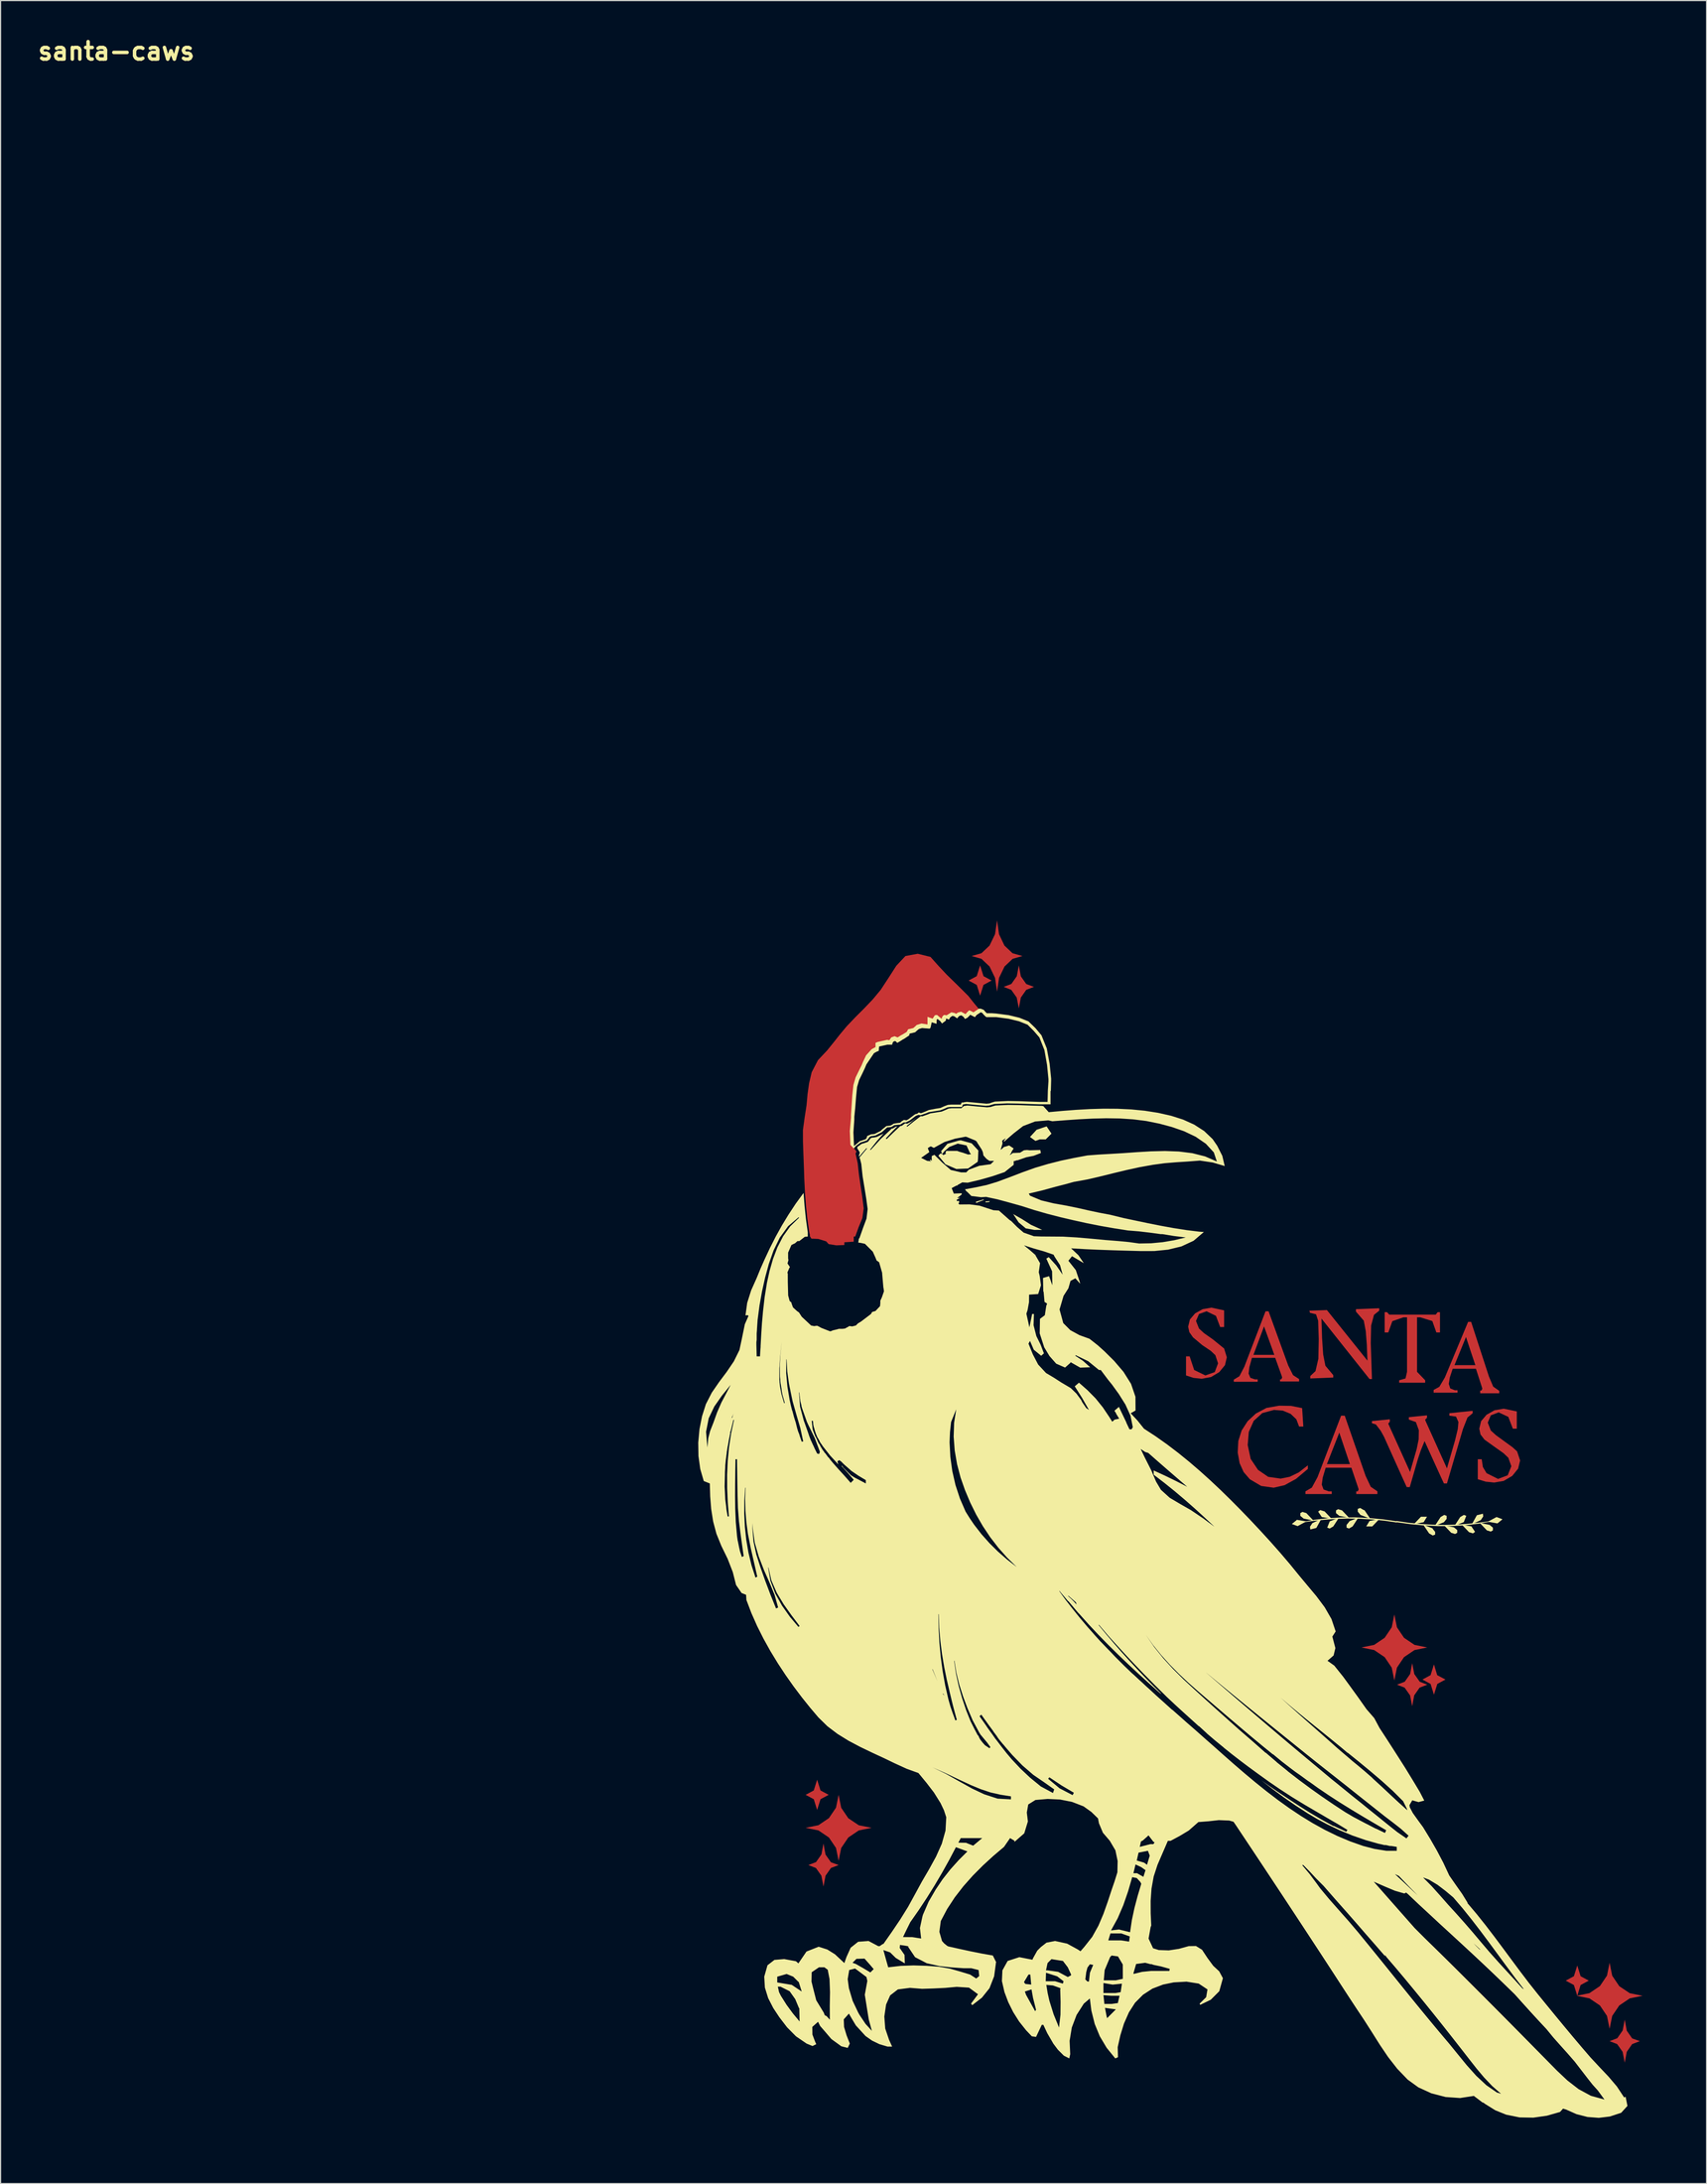
<source format=kicad_pcb>
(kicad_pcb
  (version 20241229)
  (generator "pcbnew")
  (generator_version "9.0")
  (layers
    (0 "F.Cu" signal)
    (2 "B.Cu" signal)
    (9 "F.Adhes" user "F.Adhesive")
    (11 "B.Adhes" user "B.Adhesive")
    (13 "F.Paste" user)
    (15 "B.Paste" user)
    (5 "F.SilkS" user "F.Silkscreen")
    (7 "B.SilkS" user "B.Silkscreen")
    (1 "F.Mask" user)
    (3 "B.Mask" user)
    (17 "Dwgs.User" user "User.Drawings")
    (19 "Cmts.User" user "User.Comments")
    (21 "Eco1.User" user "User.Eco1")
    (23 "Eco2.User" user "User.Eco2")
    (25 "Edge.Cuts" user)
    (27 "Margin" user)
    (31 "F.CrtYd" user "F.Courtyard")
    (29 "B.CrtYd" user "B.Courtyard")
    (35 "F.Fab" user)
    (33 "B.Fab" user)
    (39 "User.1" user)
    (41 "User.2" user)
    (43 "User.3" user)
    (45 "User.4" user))
  (footprint "santa-caws"
    (layer "F.Cu")
    (at 7.127 4.474)
    (property "Reference" "santa-caws" (at 0 -3.048 0) (layer "F.SilkS") (effects (font (size 1.524 1.524) (thickness 0.305))))
    (attr exclude_from_pos_files exclude_from_bom)
    (fp_poly (pts (xy 61.33 148.087) (xy 61.036 149.027) (xy 60.325 149.41) (xy 61.036 149.794) (xy 61.33 150.733) (xy 61.625 149.794) (xy 62.336 149.41) (xy 61.625 149.027) (xy 61.33 148.087)) (stroke (width 0) (type solid)) (fill yes) (layer "F.Cu"))
    (fp_poly (pts (xy 75.591 76.888) (xy 75.297 77.827) (xy 74.586 78.211) (xy 75.297 78.594) (xy 75.591 79.534) (xy 75.886 78.594) (xy 76.597 78.211) (xy 75.886 77.827) (xy 75.591 76.888)) (stroke (width 0) (type solid)) (fill yes) (layer "F.Cu"))
    (fp_poly (pts (xy 115.305 138.007) (xy 115.011 138.946) (xy 114.3 139.33) (xy 115.011 139.713) (xy 115.305 140.653) (xy 115.6 139.713) (xy 116.311 139.33) (xy 115.59 138.946) (xy 115.305 138.007)) (stroke (width 0) (type solid)) (fill yes) (layer "F.Cu"))
    (fp_poly (pts (xy 127.847 164.333) (xy 127.552 165.272) (xy 126.841 165.656) (xy 127.552 166.039) (xy 127.847 166.979) (xy 128.141 166.039) (xy 128.852 165.656) (xy 128.141 165.272) (xy 127.847 164.333)) (stroke (width 0) (type solid)) (fill yes) (layer "F.Cu"))
    (fp_poly (pts (xy 61.886 153.67) (xy 61.708 154.616) (xy 61.235 155.291) (xy 60.563 155.549) (xy 61.224 155.806) (xy 61.702 156.481) (xy 61.886 157.427) (xy 62.064 156.481) (xy 62.537 155.806) (xy 63.209 155.549) (xy 62.537 155.308) (xy 62.064 154.633) (xy 61.886 153.67)) (stroke (width 0) (type solid)) (fill yes) (layer "F.Cu"))
    (fp_poly (pts (xy 78.978 76.888) (xy 78.8 77.834) (xy 78.327 78.509) (xy 77.655 78.766) (xy 78.316 79.024) (xy 78.794 79.699) (xy 78.978 80.645) (xy 79.156 79.699) (xy 79.629 79.024) (xy 80.301 78.766) (xy 79.629 78.515) (xy 79.156 77.845) (xy 78.978 76.888)) (stroke (width 0) (type solid)) (fill yes) (layer "F.Cu"))
    (fp_poly (pts (xy 113.4 137.901) (xy 113.222 138.846) (xy 112.75 139.522) (xy 112.078 139.779) (xy 112.738 140.037) (xy 113.216 140.712) (xy 113.4 141.658) (xy 113.579 140.712) (xy 114.051 140.037) (xy 114.723 139.779) (xy 114.063 139.522) (xy 113.585 138.846) (xy 113.4 137.901)) (stroke (width 0) (type solid)) (fill yes) (layer "F.Cu"))
    (fp_poly (pts (xy 132.001 169.069) (xy 131.822 170.014) (xy 131.35 170.69) (xy 130.678 170.947) (xy 131.338 171.205) (xy 131.816 171.88) (xy 132.001 172.826) (xy 132.179 171.88) (xy 132.651 171.205) (xy 133.324 170.947) (xy 132.651 170.707) (xy 132.179 170.032) (xy 132.001 169.069)) (stroke (width 0) (type solid)) (fill yes) (layer "F.Cu"))
    (fp_poly (pts (xy 63.209 149.41) (xy 62.982 150.531) (xy 62.362 151.447) (xy 61.445 152.067) (xy 60.325 152.294) (xy 61.445 152.522) (xy 62.362 153.141) (xy 62.982 154.058) (xy 63.209 155.178) (xy 63.436 154.058) (xy 64.056 153.141) (xy 64.973 152.522) (xy 66.093 152.294) (xy 64.973 152.071) (xy 64.056 151.457) (xy 63.436 150.542) (xy 63.209 149.41)) (stroke (width 0) (type solid)) (fill yes) (layer "F.Cu"))
    (fp_poly (pts (xy 77.073 72.946) (xy 76.897 74.159) (xy 76.418 75.152) (xy 75.711 75.822) (xy 74.851 76.068) (xy 75.711 76.314) (xy 76.418 76.984) (xy 76.897 77.976) (xy 77.073 79.19) (xy 77.249 77.976) (xy 77.728 76.984) (xy 78.435 76.314) (xy 79.296 76.068) (xy 78.424 75.822) (xy 77.718 75.152) (xy 77.246 74.159) (xy 77.073 72.946)) (stroke (width 0) (type solid)) (fill yes) (layer "F.Cu"))
    (fp_poly (pts (xy 111.839 133.641) (xy 111.612 134.761) (xy 110.993 135.678) (xy 110.076 136.298) (xy 108.955 136.525) (xy 110.076 136.752) (xy 110.993 137.372) (xy 111.612 138.289) (xy 111.839 139.409) (xy 112.067 138.289) (xy 112.686 137.372) (xy 113.603 136.752) (xy 114.723 136.525) (xy 113.603 136.298) (xy 112.686 135.678) (xy 112.067 134.761) (xy 111.839 133.641)) (stroke (width 0) (type solid)) (fill yes) (layer "F.Cu"))
    (fp_poly (pts (xy 130.678 164.095) (xy 130.45 165.215) (xy 129.831 166.132) (xy 128.914 166.751) (xy 127.794 166.979) (xy 128.914 167.206) (xy 129.831 167.825) (xy 130.45 168.742) (xy 130.678 169.863) (xy 130.905 168.742) (xy 131.524 167.825) (xy 132.441 167.206) (xy 133.562 166.979) (xy 132.441 166.755) (xy 131.524 166.142) (xy 130.905 165.226) (xy 130.678 164.095)) (stroke (width 0) (type solid)) (fill yes) (layer "F.Cu"))
    (fp_poly (pts (xy 110.993 107.209) (xy 111.204 107.209) (xy 111.39 107.421) (xy 115.464 107.421) (xy 115.623 107.209) (xy 115.835 107.209) (xy 115.835 108.982) (xy 115.517 108.982) (xy 115.163 107.983) (xy 114.115 107.659) (xy 113.824 107.659) (xy 113.824 112.421) (xy 114.538 113.162) (xy 114.538 113.374) (xy 112.263 113.374) (xy 112.263 113.162) (xy 112.818 113.004) (xy 112.951 112.421) (xy 112.951 107.659) (xy 112.633 107.659) (xy 111.664 107.993) (xy 111.31 108.982) (xy 110.993 108.982) (xy 110.993 107.209)) (stroke (width 0) (type solid)) (fill yes) (layer "F.Cu"))
    (fp_poly (pts (xy 104.405 107.077) (xy 105.939 107.024) (xy 109.485 111.442) (xy 109.432 110.067) (xy 109.339 108.869) (xy 109.167 107.95) (xy 108.479 107.156) (xy 108.479 106.945) (xy 110.516 106.865) (xy 110.516 107.077) (xy 110.06 107.44) (xy 109.809 108.38) (xy 109.776 109.908) (xy 109.881 113.056) (xy 109.67 113.056) (xy 105.463 107.765) (xy 105.516 109.485) (xy 105.612 110.907) (xy 105.807 111.892) (xy 106.495 112.713) (xy 106.495 112.924) (xy 104.484 113.004) (xy 104.484 112.792) (xy 104.941 112.361) (xy 105.191 111.283) (xy 105.225 109.564) (xy 105.172 107.95) (xy 104.987 107.394) (xy 104.457 107.262) (xy 104.405 107.077)) (stroke (width 0) (type solid)) (fill yes) (layer "F.Cu"))
    (fp_poly (pts (xy 107.183 116.258) (xy 107.5 116.258) (xy 109.326 121.523) (xy 109.776 122.476) (xy 110.358 122.873) (xy 110.358 123.111) (xy 108.506 123.111) (xy 108.506 122.873) (xy 108.638 122.873) (xy 108.717 122.714) (xy 108.691 122.608) (xy 108.082 120.809) (xy 105.939 120.809) (xy 105.939 120.491) (xy 107.95 120.491) (xy 107.024 117.74) (xy 105.939 120.491) (xy 105.939 120.809) (xy 105.833 120.809) (xy 105.572 121.679) (xy 105.489 122.29) (xy 105.648 122.714) (xy 106.098 122.873) (xy 106.362 122.873) (xy 106.362 123.111) (xy 104.061 123.111) (xy 104.061 122.873) (xy 104.62 122.548) (xy 105.119 121.629) (xy 107.183 116.258)) (stroke (width 0) (type solid)) (fill yes) (layer "F.Cu"))
    (fp_poly (pts (xy 118.295 108.056) (xy 118.56 108.056) (xy 120.121 112.845) (xy 120.491 113.718) (xy 121.02 114.088) (xy 121.02 114.3) (xy 119.354 114.3) (xy 119.354 114.062) (xy 119.459 114.062) (xy 119.539 113.903) (xy 119.512 113.797) (xy 118.983 112.157) (xy 117.105 112.157) (xy 117.105 111.839) (xy 118.93 111.839) (xy 118.52 110.619) (xy 118.11 109.379) (xy 117.105 111.839) (xy 117.105 112.157) (xy 116.946 112.157) (xy 116.694 112.918) (xy 116.602 113.48) (xy 116.734 113.877) (xy 117.131 114.035) (xy 117.369 114.035) (xy 117.369 114.247) (xy 115.279 114.247) (xy 115.279 114.009) (xy 115.778 113.734) (xy 116.258 112.924) (xy 118.295 108.056)) (stroke (width 0) (type solid)) (fill yes) (layer "F.Cu"))
    (fp_poly (pts (xy 100.568 107.13) (xy 100.833 107.13) (xy 102.552 111.866) (xy 102.976 112.713) (xy 103.505 113.056) (xy 103.505 113.268) (xy 101.838 113.268) (xy 101.838 113.083) (xy 101.944 113.083) (xy 102.023 112.924) (xy 101.997 112.818) (xy 101.415 111.204) (xy 99.51 111.204) (xy 99.51 110.94) (xy 101.335 110.94) (xy 101.102 110.283) (xy 100.669 109.092) (xy 100.436 108.453) (xy 99.51 110.94) (xy 99.51 111.204) (xy 99.377 111.204) (xy 99.153 112.021) (xy 99.086 112.58) (xy 99.245 112.951) (xy 99.642 113.083) (xy 99.88 113.083) (xy 99.88 113.295) (xy 97.79 113.295) (xy 97.79 113.109) (xy 98.283 112.808) (xy 98.716 111.972) (xy 100.568 107.13)) (stroke (width 0) (type solid)) (fill yes) (layer "F.Cu"))
    (fp_poly (pts (xy 94.218 109.405) (xy 93.901 108.955) (xy 93.795 108.479) (xy 93.95 107.847) (xy 94.403 107.315) (xy 95.068 106.945) (xy 95.832 106.812) (xy 96.943 107.05) (xy 96.943 108.506) (xy 96.599 108.506) (xy 96.229 107.527) (xy 95.409 107.13) (xy 94.747 107.368) (xy 94.483 107.976) (xy 94.747 108.638) (xy 95.177 109.035) (xy 95.964 109.59) (xy 96.943 110.384) (xy 97.181 111.151) (xy 97.019 111.839) (xy 96.52 112.448) (xy 95.802 112.878) (xy 94.985 113.03) (xy 94.268 112.954) (xy 93.61 112.739) (xy 93.61 111.072) (xy 93.927 111.072) (xy 94.324 112.263) (xy 95.303 112.739) (xy 96.123 112.448) (xy 96.414 111.681) (xy 96.176 110.966) (xy 95.776 110.589) (xy 95.038 110.093) (xy 94.218 109.405)) (stroke (width 0) (type solid)) (fill yes) (layer "F.Cu"))
    (fp_poly (pts (xy 104.272 120.915) (xy 103.233 121.787) (xy 102.234 122.335) (xy 101.282 122.555) (xy 100.188 122.403) (xy 99.192 121.814) (xy 98.653 121.187) (xy 98.303 120.413) (xy 98.134 119.486) (xy 98.187 118.47) (xy 98.478 117.554) (xy 99 116.744) (xy 99.721 116.073) (xy 100.651 115.58) (xy 101.759 115.385) (xy 102.794 115.401) (xy 103.77 115.596) (xy 103.875 117.21) (xy 103.505 117.21) (xy 103.264 116.575) (xy 102.764 116.099) (xy 102.086 115.818) (xy 101.309 115.755) (xy 100.284 116.033) (xy 99.536 116.708) (xy 99.103 117.677) (xy 99.007 118.824) (xy 99.268 120.038) (xy 99.907 120.994) (xy 100.8 121.606) (xy 101.891 121.761) (xy 102.685 121.601) (xy 103.479 121.216) (xy 104.272 120.597) (xy 104.272 120.915)) (stroke (width 0) (type solid)) (fill yes) (layer "F.Cu"))
    (fp_poly (pts (xy 119.724 118.348) (xy 119.38 117.898) (xy 119.274 117.396) (xy 119.433 116.737) (xy 119.909 116.179) (xy 120.604 115.785) (xy 121.417 115.649) (xy 122.555 115.888) (xy 122.555 117.396) (xy 122.211 117.396) (xy 121.814 116.364) (xy 120.968 115.967) (xy 120.28 116.231) (xy 120.015 116.866) (xy 120.28 117.554) (xy 120.736 117.968) (xy 121.55 118.56) (xy 122.185 119.02) (xy 122.581 119.38) (xy 122.846 120.174) (xy 122.671 120.888) (xy 122.158 121.523) (xy 121.404 121.963) (xy 120.571 122.105) (xy 119.836 122.029) (xy 119.142 121.814) (xy 119.142 120.068) (xy 119.486 120.068) (xy 119.588 120.746) (xy 119.909 121.285) (xy 120.915 121.788) (xy 121.761 121.47) (xy 122.079 120.676) (xy 121.814 119.936) (xy 121.401 119.542) (xy 120.65 119.01) (xy 119.724 118.348)) (stroke (width 0) (type solid)) (fill yes) (layer "F.Cu"))
    (fp_poly (pts (xy 109.855 116.734) (xy 111.442 116.575) (xy 111.442 116.787) (xy 111.31 116.946) (xy 111.337 117.025) (xy 113.215 121.179) (xy 113.797 119.168) (xy 113.969 118.318) (xy 113.983 117.528) (xy 113.725 116.817) (xy 113.109 116.602) (xy 113.109 116.39) (xy 113.893 116.311) (xy 114.697 116.231) (xy 114.697 116.443) (xy 114.538 116.602) (xy 114.565 116.708) (xy 116.443 120.862) (xy 117.157 118.401) (xy 117.392 117.429) (xy 117.449 116.814) (xy 117.237 116.337) (xy 116.655 116.258) (xy 116.655 116.046) (xy 117.664 115.94) (xy 118.692 115.835) (xy 118.692 116.046) (xy 118.242 116.417) (xy 117.845 117.422) (xy 116.443 122.185) (xy 116.179 122.185) (xy 115.914 121.617) (xy 115.332 120.342) (xy 114.75 119.063) (xy 114.485 118.48) (xy 114.154 119.291) (xy 113.903 120.041) (xy 113.189 122.502) (xy 112.924 122.502) (xy 112.614 121.827) (xy 111.932 120.316) (xy 111.25 118.8) (xy 110.94 118.11) (xy 110.649 117.581) (xy 110.225 117.025) (xy 109.881 116.919) (xy 109.881 116.734) (xy 109.855 116.734)) (stroke (width 0) (type solid)) (fill yes) (layer "F.Cu"))
    (fp_poly (pts (xy 60.642 100.224) (xy 60.476 99.065) (xy 60.353 97.905) (xy 60.265 96.742) (xy 60.206 95.575) (xy 60.166 94.403) (xy 60.128 93.376) (xy 60.09 92.308) (xy 60.087 91.281) (xy 60.236 90.196) (xy 60.404 89.112) (xy 60.492 88.135) (xy 60.626 87.187) (xy 60.854 86.228) (xy 61.4 85.176) (xy 62.204 84.323) (xy 62.773 83.621) (xy 63.336 82.908) (xy 63.923 82.206) (xy 64.665 81.427) (xy 65.435 80.658) (xy 66.189 79.869) (xy 66.887 79.031) (xy 67.561 78.004) (xy 68.259 76.918) (xy 69.056 76.068) (xy 70.134 75.869) (xy 71.252 76.147) (xy 71.957 76.938) (xy 72.681 77.708) (xy 73.62 78.624) (xy 74.56 79.56) (xy 75.092 80.232) (xy 75.644 80.883) (xy 75.221 81.306) (xy 74.718 81.068) (xy 74.321 81.359) (xy 73.766 81.174) (xy 73.554 81.359) (xy 73.29 81.201) (xy 72.813 81.439) (xy 72.575 81.412) (xy 72.549 81.545) (xy 72.311 81.783) (xy 71.781 81.412) (xy 71.808 81.783) (xy 71.702 81.836) (xy 71.279 81.703) (xy 71.109 82.254) (xy 70.663 82.229) (xy 70.194 82.285) (xy 69.85 82.576) (xy 69.427 82.682) (xy 69.347 82.841) (xy 68.792 83.211) (xy 68.263 83.476) (xy 67.971 83.37) (xy 67.866 83.661) (xy 67.813 83.714) (xy 66.728 83.82) (xy 66.278 84.429) (xy 65.782 85.037) (xy 65.484 85.725) (xy 65.071 86.539) (xy 64.796 87.392) (xy 64.671 88.698) (xy 64.585 89.985) (xy 64.499 91.268) (xy 64.532 92.551) (xy 64.558 92.895) (xy 64.77 93.16) (xy 64.691 93.345) (xy 64.876 94.165) (xy 64.985 95.157) (xy 65.13 96.15) (xy 65.281 97.142) (xy 65.405 98.134) (xy 65.289 98.978) (xy 64.956 99.786) (xy 64.664 100.595) (xy 64.532 100.595) (xy 64.532 100.647) (xy 64.532 101.044) (xy 63.712 101.097) (xy 63.712 101.335) (xy 63.014 101.365) (xy 62.336 101.256) (xy 62.124 101.018) (xy 61.436 100.806) (xy 60.828 100.78) (xy 60.695 100.568) (xy 60.695 100.436) (xy 60.642 100.224)) (stroke (width 0) (type solid)) (fill yes) (layer "F.Cu"))
    (fp_poly (pts (xy 61.33 148.087) (xy 61.036 149.027) (xy 60.325 149.41) (xy 61.036 149.794) (xy 61.33 150.733) (xy 61.625 149.794) (xy 62.336 149.41) (xy 61.625 149.027) (xy 61.33 148.087)) (stroke (width 0) (type solid)) (fill yes) (layer "F.Mask"))
    (fp_poly (pts (xy 75.591 76.888) (xy 75.297 77.827) (xy 74.586 78.211) (xy 75.297 78.594) (xy 75.591 79.534) (xy 75.886 78.594) (xy 76.597 78.211) (xy 75.886 77.827) (xy 75.591 76.888)) (stroke (width 0) (type solid)) (fill yes) (layer "F.Mask"))
    (fp_poly (pts (xy 115.305 138.007) (xy 115.011 138.946) (xy 114.3 139.33) (xy 115.011 139.713) (xy 115.305 140.653) (xy 115.6 139.713) (xy 116.311 139.33) (xy 115.59 138.946) (xy 115.305 138.007)) (stroke (width 0) (type solid)) (fill yes) (layer "F.Mask"))
    (fp_poly (pts (xy 127.847 164.333) (xy 127.552 165.272) (xy 126.841 165.656) (xy 127.552 166.039) (xy 127.847 166.979) (xy 128.141 166.039) (xy 128.852 165.656) (xy 128.141 165.272) (xy 127.847 164.333)) (stroke (width 0) (type solid)) (fill yes) (layer "F.Mask"))
    (fp_poly (pts (xy 61.886 153.67) (xy 61.708 154.616) (xy 61.235 155.291) (xy 60.563 155.549) (xy 61.224 155.806) (xy 61.702 156.481) (xy 61.886 157.427) (xy 62.064 156.481) (xy 62.537 155.806) (xy 63.209 155.549) (xy 62.537 155.308) (xy 62.064 154.633) (xy 61.886 153.67)) (stroke (width 0) (type solid)) (fill yes) (layer "F.Mask"))
    (fp_poly (pts (xy 78.978 76.888) (xy 78.8 77.834) (xy 78.327 78.509) (xy 77.655 78.766) (xy 78.316 79.024) (xy 78.794 79.699) (xy 78.978 80.645) (xy 79.156 79.699) (xy 79.629 79.024) (xy 80.301 78.766) (xy 79.629 78.515) (xy 79.156 77.845) (xy 78.978 76.888)) (stroke (width 0) (type solid)) (fill yes) (layer "F.Mask"))
    (fp_poly (pts (xy 113.4 137.901) (xy 113.222 138.846) (xy 112.75 139.522) (xy 112.078 139.779) (xy 112.738 140.037) (xy 113.216 140.712) (xy 113.4 141.658) (xy 113.579 140.712) (xy 114.051 140.037) (xy 114.723 139.779) (xy 114.063 139.522) (xy 113.585 138.846) (xy 113.4 137.901)) (stroke (width 0) (type solid)) (fill yes) (layer "F.Mask"))
    (fp_poly (pts (xy 132.001 169.069) (xy 131.822 170.014) (xy 131.35 170.69) (xy 130.678 170.947) (xy 131.338 171.205) (xy 131.816 171.88) (xy 132.001 172.826) (xy 132.179 171.88) (xy 132.651 171.205) (xy 133.324 170.947) (xy 132.651 170.707) (xy 132.179 170.032) (xy 132.001 169.069)) (stroke (width 0) (type solid)) (fill yes) (layer "F.Mask"))
    (fp_poly (pts (xy 63.209 149.41) (xy 62.982 150.531) (xy 62.362 151.447) (xy 61.445 152.067) (xy 60.325 152.294) (xy 61.445 152.522) (xy 62.362 153.141) (xy 62.982 154.058) (xy 63.209 155.178) (xy 63.436 154.058) (xy 64.056 153.141) (xy 64.973 152.522) (xy 66.093 152.294) (xy 64.973 152.071) (xy 64.056 151.457) (xy 63.436 150.542) (xy 63.209 149.41)) (stroke (width 0) (type solid)) (fill yes) (layer "F.Mask"))
    (fp_poly (pts (xy 77.073 72.946) (xy 76.897 74.159) (xy 76.418 75.152) (xy 75.711 75.822) (xy 74.851 76.068) (xy 75.711 76.314) (xy 76.418 76.984) (xy 76.897 77.976) (xy 77.073 79.19) (xy 77.249 77.976) (xy 77.728 76.984) (xy 78.435 76.314) (xy 79.296 76.068) (xy 78.424 75.822) (xy 77.718 75.152) (xy 77.246 74.159) (xy 77.073 72.946)) (stroke (width 0) (type solid)) (fill yes) (layer "F.Mask"))
    (fp_poly (pts (xy 111.839 133.641) (xy 111.612 134.761) (xy 110.993 135.678) (xy 110.076 136.298) (xy 108.955 136.525) (xy 110.076 136.752) (xy 110.993 137.372) (xy 111.612 138.289) (xy 111.839 139.409) (xy 112.067 138.289) (xy 112.686 137.372) (xy 113.603 136.752) (xy 114.723 136.525) (xy 113.603 136.298) (xy 112.686 135.678) (xy 112.067 134.761) (xy 111.839 133.641)) (stroke (width 0) (type solid)) (fill yes) (layer "F.Mask"))
    (fp_poly (pts (xy 130.678 164.095) (xy 130.45 165.215) (xy 129.831 166.132) (xy 128.914 166.751) (xy 127.794 166.979) (xy 128.914 167.206) (xy 129.831 167.825) (xy 130.45 168.742) (xy 130.678 169.863) (xy 130.905 168.742) (xy 131.524 167.825) (xy 132.441 167.206) (xy 133.562 166.979) (xy 132.441 166.755) (xy 131.524 166.142) (xy 130.905 165.226) (xy 130.678 164.095)) (stroke (width 0) (type solid)) (fill yes) (layer "F.Mask"))
    (fp_poly (pts (xy 110.993 107.209) (xy 111.204 107.209) (xy 111.39 107.421) (xy 115.464 107.421) (xy 115.623 107.209) (xy 115.835 107.209) (xy 115.835 108.982) (xy 115.517 108.982) (xy 115.163 107.983) (xy 114.115 107.659) (xy 113.824 107.659) (xy 113.824 112.421) (xy 114.538 113.162) (xy 114.538 113.374) (xy 112.263 113.374) (xy 112.263 113.162) (xy 112.818 113.004) (xy 112.951 112.421) (xy 112.951 107.659) (xy 112.633 107.659) (xy 111.664 107.993) (xy 111.31 108.982) (xy 110.993 108.982) (xy 110.993 107.209)) (stroke (width 0) (type solid)) (fill yes) (layer "F.Mask"))
    (fp_poly (pts (xy 104.405 107.077) (xy 105.939 107.024) (xy 109.485 111.442) (xy 109.432 110.067) (xy 109.339 108.869) (xy 109.167 107.95) (xy 108.479 107.156) (xy 108.479 106.945) (xy 110.516 106.865) (xy 110.516 107.077) (xy 110.06 107.44) (xy 109.809 108.38) (xy 109.776 109.908) (xy 109.881 113.056) (xy 109.67 113.056) (xy 105.463 107.765) (xy 105.516 109.485) (xy 105.612 110.907) (xy 105.807 111.892) (xy 106.495 112.713) (xy 106.495 112.924) (xy 104.484 113.004) (xy 104.484 112.792) (xy 104.941 112.361) (xy 105.191 111.283) (xy 105.225 109.564) (xy 105.172 107.95) (xy 104.987 107.394) (xy 104.457 107.262) (xy 104.405 107.077)) (stroke (width 0) (type solid)) (fill yes) (layer "F.Mask"))
    (fp_poly (pts (xy 107.183 116.258) (xy 107.5 116.258) (xy 109.326 121.523) (xy 109.776 122.476) (xy 110.358 122.873) (xy 110.358 123.111) (xy 108.506 123.111) (xy 108.506 122.873) (xy 108.638 122.873) (xy 108.717 122.714) (xy 108.691 122.608) (xy 108.082 120.809) (xy 105.939 120.809) (xy 105.939 120.491) (xy 107.95 120.491) (xy 107.024 117.74) (xy 105.939 120.491) (xy 105.939 120.809) (xy 105.833 120.809) (xy 105.572 121.679) (xy 105.489 122.29) (xy 105.648 122.714) (xy 106.098 122.873) (xy 106.362 122.873) (xy 106.362 123.111) (xy 104.061 123.111) (xy 104.061 122.873) (xy 104.62 122.548) (xy 105.119 121.629) (xy 107.183 116.258)) (stroke (width 0) (type solid)) (fill yes) (layer "F.Mask"))
    (fp_poly (pts (xy 118.295 108.056) (xy 118.56 108.056) (xy 120.121 112.845) (xy 120.491 113.718) (xy 121.02 114.088) (xy 121.02 114.3) (xy 119.354 114.3) (xy 119.354 114.062) (xy 119.459 114.062) (xy 119.539 113.903) (xy 119.512 113.797) (xy 118.983 112.157) (xy 117.105 112.157) (xy 117.105 111.839) (xy 118.93 111.839) (xy 118.52 110.619) (xy 118.11 109.379) (xy 117.105 111.839) (xy 117.105 112.157) (xy 116.946 112.157) (xy 116.694 112.918) (xy 116.602 113.48) (xy 116.734 113.877) (xy 117.131 114.035) (xy 117.369 114.035) (xy 117.369 114.247) (xy 115.279 114.247) (xy 115.279 114.009) (xy 115.778 113.734) (xy 116.258 112.924) (xy 118.295 108.056)) (stroke (width 0) (type solid)) (fill yes) (layer "F.Mask"))
    (fp_poly (pts (xy 100.568 107.13) (xy 100.833 107.13) (xy 102.552 111.866) (xy 102.976 112.713) (xy 103.505 113.056) (xy 103.505 113.268) (xy 101.838 113.268) (xy 101.838 113.083) (xy 101.944 113.083) (xy 102.023 112.924) (xy 101.997 112.818) (xy 101.415 111.204) (xy 99.51 111.204) (xy 99.51 110.94) (xy 101.335 110.94) (xy 101.102 110.283) (xy 100.669 109.092) (xy 100.436 108.453) (xy 99.51 110.94) (xy 99.51 111.204) (xy 99.377 111.204) (xy 99.153 112.021) (xy 99.086 112.58) (xy 99.245 112.951) (xy 99.642 113.083) (xy 99.88 113.083) (xy 99.88 113.295) (xy 97.79 113.295) (xy 97.79 113.109) (xy 98.283 112.808) (xy 98.716 111.972) (xy 100.568 107.13)) (stroke (width 0) (type solid)) (fill yes) (layer "F.Mask"))
    (fp_poly (pts (xy 94.218 109.405) (xy 93.901 108.955) (xy 93.795 108.479) (xy 93.95 107.847) (xy 94.403 107.315) (xy 95.068 106.945) (xy 95.832 106.812) (xy 96.943 107.05) (xy 96.943 108.506) (xy 96.599 108.506) (xy 96.229 107.527) (xy 95.409 107.13) (xy 94.747 107.368) (xy 94.483 107.976) (xy 94.747 108.638) (xy 95.177 109.035) (xy 95.964 109.59) (xy 96.943 110.384) (xy 97.181 111.151) (xy 97.019 111.839) (xy 96.52 112.448) (xy 95.802 112.878) (xy 94.985 113.03) (xy 94.268 112.954) (xy 93.61 112.739) (xy 93.61 111.072) (xy 93.927 111.072) (xy 94.324 112.263) (xy 95.303 112.739) (xy 96.123 112.448) (xy 96.414 111.681) (xy 96.176 110.966) (xy 95.776 110.589) (xy 95.038 110.093) (xy 94.218 109.405)) (stroke (width 0) (type solid)) (fill yes) (layer "F.Mask"))
    (fp_poly (pts (xy 104.272 120.915) (xy 103.233 121.787) (xy 102.234 122.335) (xy 101.282 122.555) (xy 100.188 122.403) (xy 99.192 121.814) (xy 98.653 121.187) (xy 98.303 120.413) (xy 98.134 119.486) (xy 98.187 118.47) (xy 98.478 117.554) (xy 99 116.744) (xy 99.721 116.073) (xy 100.651 115.58) (xy 101.759 115.385) (xy 102.794 115.401) (xy 103.77 115.596) (xy 103.875 117.21) (xy 103.505 117.21) (xy 103.264 116.575) (xy 102.764 116.099) (xy 102.086 115.818) (xy 101.309 115.755) (xy 100.284 116.033) (xy 99.536 116.708) (xy 99.103 117.677) (xy 99.007 118.824) (xy 99.268 120.038) (xy 99.907 120.994) (xy 100.8 121.606) (xy 101.891 121.761) (xy 102.685 121.601) (xy 103.479 121.216) (xy 104.272 120.597) (xy 104.272 120.915)) (stroke (width 0) (type solid)) (fill yes) (layer "F.Mask"))
    (fp_poly (pts (xy 119.724 118.348) (xy 119.38 117.898) (xy 119.274 117.396) (xy 119.433 116.737) (xy 119.909 116.179) (xy 120.604 115.785) (xy 121.417 115.649) (xy 122.555 115.888) (xy 122.555 117.396) (xy 122.211 117.396) (xy 121.814 116.364) (xy 120.968 115.967) (xy 120.28 116.231) (xy 120.015 116.866) (xy 120.28 117.554) (xy 120.736 117.968) (xy 121.55 118.56) (xy 122.185 119.02) (xy 122.581 119.38) (xy 122.846 120.174) (xy 122.671 120.888) (xy 122.158 121.523) (xy 121.404 121.963) (xy 120.571 122.105) (xy 119.836 122.029) (xy 119.142 121.814) (xy 119.142 120.068) (xy 119.486 120.068) (xy 119.588 120.746) (xy 119.909 121.285) (xy 120.915 121.788) (xy 121.761 121.47) (xy 122.079 120.676) (xy 121.814 119.936) (xy 121.401 119.542) (xy 120.65 119.01) (xy 119.724 118.348)) (stroke (width 0) (type solid)) (fill yes) (layer "F.Mask"))
    (fp_poly (pts (xy 109.855 116.734) (xy 111.442 116.575) (xy 111.442 116.787) (xy 111.31 116.946) (xy 111.337 117.025) (xy 113.215 121.179) (xy 113.797 119.168) (xy 113.969 118.318) (xy 113.983 117.528) (xy 113.725 116.817) (xy 113.109 116.602) (xy 113.109 116.39) (xy 113.893 116.311) (xy 114.697 116.231) (xy 114.697 116.443) (xy 114.538 116.602) (xy 114.565 116.708) (xy 116.443 120.862) (xy 117.157 118.401) (xy 117.392 117.429) (xy 117.449 116.814) (xy 117.237 116.337) (xy 116.655 116.258) (xy 116.655 116.046) (xy 117.664 115.94) (xy 118.692 115.835) (xy 118.692 116.046) (xy 118.242 116.417) (xy 117.845 117.422) (xy 116.443 122.185) (xy 116.179 122.185) (xy 115.914 121.617) (xy 115.332 120.342) (xy 114.75 119.063) (xy 114.485 118.48) (xy 114.154 119.291) (xy 113.903 120.041) (xy 113.189 122.502) (xy 112.924 122.502) (xy 112.614 121.827) (xy 111.932 120.316) (xy 111.25 118.8) (xy 110.94 118.11) (xy 110.649 117.581) (xy 110.225 117.025) (xy 109.881 116.919) (xy 109.881 116.734) (xy 109.855 116.734)) (stroke (width 0) (type solid)) (fill yes) (layer "F.Mask"))
    (fp_poly (pts (xy 60.642 100.224) (xy 60.476 99.065) (xy 60.353 97.905) (xy 60.265 96.742) (xy 60.206 95.575) (xy 60.166 94.403) (xy 60.128 93.376) (xy 60.09 92.308) (xy 60.087 91.281) (xy 60.236 90.196) (xy 60.404 89.112) (xy 60.492 88.135) (xy 60.626 87.187) (xy 60.854 86.228) (xy 61.4 85.176) (xy 62.204 84.323) (xy 62.773 83.621) (xy 63.336 82.908) (xy 63.923 82.206) (xy 64.665 81.427) (xy 65.435 80.658) (xy 66.189 79.869) (xy 66.887 79.031) (xy 67.561 78.004) (xy 68.259 76.918) (xy 69.056 76.068) (xy 70.134 75.869) (xy 71.252 76.147) (xy 71.957 76.938) (xy 72.681 77.708) (xy 73.62 78.624) (xy 74.56 79.56) (xy 75.092 80.232) (xy 75.644 80.883) (xy 75.221 81.306) (xy 74.718 81.068) (xy 74.321 81.359) (xy 73.766 81.174) (xy 73.554 81.359) (xy 73.29 81.201) (xy 72.813 81.439) (xy 72.575 81.412) (xy 72.549 81.545) (xy 72.311 81.783) (xy 71.781 81.412) (xy 71.808 81.783) (xy 71.702 81.836) (xy 71.279 81.703) (xy 71.109 82.254) (xy 70.663 82.229) (xy 70.194 82.285) (xy 69.85 82.576) (xy 69.427 82.682) (xy 69.347 82.841) (xy 68.792 83.211) (xy 68.263 83.476) (xy 67.971 83.37) (xy 67.866 83.661) (xy 67.813 83.714) (xy 66.728 83.82) (xy 66.278 84.429) (xy 65.782 85.037) (xy 65.484 85.725) (xy 65.071 86.539) (xy 64.796 87.392) (xy 64.671 88.698) (xy 64.585 89.985) (xy 64.499 91.268) (xy 64.532 92.551) (xy 64.558 92.895) (xy 64.77 93.16) (xy 64.691 93.345) (xy 64.876 94.165) (xy 64.985 95.157) (xy 65.13 96.15) (xy 65.281 97.142) (xy 65.405 98.134) (xy 65.289 98.978) (xy 64.956 99.786) (xy 64.664 100.595) (xy 64.532 100.595) (xy 64.532 100.647) (xy 64.532 101.044) (xy 63.712 101.097) (xy 63.712 101.335) (xy 63.014 101.365) (xy 62.336 101.256) (xy 62.124 101.018) (xy 61.436 100.806) (xy 60.828 100.78) (xy 60.695 100.568) (xy 60.695 100.436) (xy 60.642 100.224)) (stroke (width 0) (type solid)) (fill yes) (layer "F.Mask"))
    (fp_poly (pts (xy 75.248 97.658) (xy 75.909 97.393) (xy 75.909 97.34) (xy 75.221 97.552) (xy 75.248 97.658)) (stroke (width 0) (type solid)) (fill yes) (layer "F.SilkS"))
    (fp_poly (pts (xy 76.094 97.605) (xy 76.385 97.578) (xy 76.438 97.499) (xy 76.068 97.525) (xy 76.068 97.605) (xy 76.094 97.605)) (stroke (width 0) (type solid)) (fill yes) (layer "F.SilkS"))
    (fp_poly (pts (xy 110.437 125.307) (xy 109.67 125.465) (xy 109.379 125.942) (xy 109.908 125.942) (xy 110.464 125.36) (xy 110.464 125.307) (xy 110.437 125.307)) (stroke (width 0) (type solid)) (fill yes) (layer "F.SilkS"))
    (fp_poly (pts (xy 114.697 125.095) (xy 114.168 125.095) (xy 113.612 125.677) (xy 113.612 125.73) (xy 113.639 125.73) (xy 114.406 125.571) (xy 114.697 125.095)) (stroke (width 0) (type solid)) (fill yes) (layer "F.SilkS"))
    (fp_poly (pts (xy 80.433 92.234) (xy 80.804 92.101) (xy 81.333 92.101) (xy 81.836 91.599) (xy 81.412 90.964) (xy 80.536 91.258) (xy 79.957 91.89) (xy 80.433 92.234)) (stroke (width 0) (type solid)) (fill yes) (layer "F.SilkS"))
    (fp_poly (pts (xy 103.293 125.386) (xy 102.87 125.73) (xy 103.373 125.915) (xy 104.061 125.545) (xy 104.114 125.492) (xy 104.061 125.492) (xy 103.293 125.36) (xy 103.293 125.386)) (stroke (width 0) (type solid)) (fill yes) (layer "F.SilkS"))
    (fp_poly (pts (xy 104.669 125.651) (xy 104.457 125.968) (xy 104.484 126.206) (xy 105.013 126.074) (xy 105.41 125.36) (xy 105.41 125.307) (xy 105.384 125.307) (xy 104.669 125.651)) (stroke (width 0) (type solid)) (fill yes) (layer "F.SilkS"))
    (fp_poly (pts (xy 119.406 125.386) (xy 119.618 125.069) (xy 119.592 124.83) (xy 119.062 124.963) (xy 118.666 125.677) (xy 118.666 125.73) (xy 118.692 125.73) (xy 119.406 125.386)) (stroke (width 0) (type solid)) (fill yes) (layer "F.SilkS"))
    (fp_poly (pts (xy 121.285 125.307) (xy 120.782 125.121) (xy 120.094 125.492) (xy 120.041 125.545) (xy 120.094 125.545) (xy 120.862 125.677) (xy 121.285 125.333) (xy 121.285 125.307)) (stroke (width 0) (type solid)) (fill yes) (layer "F.SilkS"))
    (fp_poly (pts (xy 104.14 124.778) (xy 103.796 124.672) (xy 103.611 124.778) (xy 103.611 125.016) (xy 103.902 125.254) (xy 104.669 125.412) (xy 104.722 125.412) (xy 104.696 125.36) (xy 104.14 124.778)) (stroke (width 0) (type solid)) (fill yes) (layer "F.SilkS"))
    (fp_poly (pts (xy 105.701 124.619) (xy 105.357 124.513) (xy 105.172 124.645) (xy 105.489 125.121) (xy 106.257 125.254) (xy 106.31 125.254) (xy 106.283 125.201) (xy 105.728 124.619) (xy 105.701 124.619)) (stroke (width 0) (type solid)) (fill yes) (layer "F.SilkS"))
    (fp_poly (pts (xy 106.177 125.518) (xy 105.966 126.047) (xy 106.177 126.127) (xy 106.495 125.942) (xy 106.945 125.254) (xy 106.945 125.201) (xy 106.918 125.201) (xy 106.204 125.492) (xy 106.177 125.518)) (stroke (width 0) (type solid)) (fill yes) (layer "F.SilkS"))
    (fp_poly (pts (xy 107.262 124.539) (xy 106.918 124.434) (xy 106.733 124.539) (xy 106.733 124.778) (xy 107.024 125.016) (xy 107.791 125.174) (xy 107.844 125.174) (xy 107.818 125.121) (xy 107.262 124.539)) (stroke (width 0) (type solid)) (fill yes) (layer "F.SilkS"))
    (fp_poly (pts (xy 117.052 126.021) (xy 116.284 125.862) (xy 116.231 125.862) (xy 116.258 125.915) (xy 116.814 126.497) (xy 117.157 126.603) (xy 117.343 126.497) (xy 117.343 126.259) (xy 117.052 126.021)) (stroke (width 0) (type solid)) (fill yes) (layer "F.SilkS"))
    (fp_poly (pts (xy 117.925 125.545) (xy 118.136 125.016) (xy 117.925 124.936) (xy 117.607 125.121) (xy 117.157 125.809) (xy 117.157 125.862) (xy 117.184 125.862) (xy 117.898 125.571) (xy 117.925 125.545)) (stroke (width 0) (type solid)) (fill yes) (layer "F.SilkS"))
    (fp_poly (pts (xy 118.613 125.942) (xy 117.845 125.809) (xy 117.793 125.809) (xy 117.819 125.862) (xy 118.375 126.444) (xy 118.719 126.55) (xy 118.904 126.418) (xy 118.586 125.942) (xy 118.613 125.942)) (stroke (width 0) (type solid)) (fill yes) (layer "F.SilkS"))
    (fp_poly (pts (xy 120.174 125.809) (xy 119.406 125.651) (xy 119.354 125.651) (xy 119.38 125.704) (xy 119.936 126.286) (xy 120.28 126.391) (xy 120.465 126.286) (xy 120.465 126.047) (xy 120.174 125.809)) (stroke (width 0) (type solid)) (fill yes) (layer "F.SilkS"))
    (fp_poly (pts (xy 107.897 125.518) (xy 107.659 125.809) (xy 107.659 126.047) (xy 107.871 126.127) (xy 108.188 125.942) (xy 108.638 125.254) (xy 108.638 125.201) (xy 108.611 125.201) (xy 107.897 125.492) (xy 107.897 125.518)) (stroke (width 0) (type solid)) (fill yes) (layer "F.SilkS"))
    (fp_poly (pts (xy 109.167 124.513) (xy 108.85 124.328) (xy 108.638 124.407) (xy 108.638 124.645) (xy 108.876 124.936) (xy 109.617 125.227) (xy 109.67 125.227) (xy 109.67 125.174) (xy 109.22 124.513) (xy 109.167 124.513)) (stroke (width 0) (type solid)) (fill yes) (layer "F.SilkS"))
    (fp_poly (pts (xy 115.226 126.127) (xy 114.485 125.836) (xy 114.432 125.836) (xy 114.432 125.889) (xy 114.882 126.55) (xy 115.2 126.735) (xy 115.411 126.656) (xy 115.411 126.418) (xy 115.173 126.127) (xy 115.226 126.127)) (stroke (width 0) (type solid)) (fill yes) (layer "F.SilkS"))
    (fp_poly (pts (xy 116.417 125.254) (xy 116.417 125.016) (xy 116.205 124.936) (xy 115.888 125.121) (xy 115.438 125.809) (xy 115.438 125.862) (xy 115.464 125.862) (xy 116.179 125.571) (xy 116.417 125.28) (xy 116.417 125.254)) (stroke (width 0) (type solid)) (fill yes) (layer "F.SilkS"))
    (fp_poly (pts (xy 79.587 99.88) (xy 80.337 100.016) (xy 81.068 100.013) (xy 81.015 100.013) (xy 80.963 99.986) (xy 80.046 99.571) (xy 79.242 99.061) (xy 78.449 98.61) (xy 78.475 98.61) (xy 78.962 99.354) (xy 79.587 99.88)) (stroke (width 0) (type solid)) (fill yes) (layer "F.SilkS"))
    (fp_poly (pts (xy 103.69 125.598) (xy 104.718 125.466) (xy 105.744 125.356) (xy 106.775 125.281) (xy 107.818 125.254) (xy 108.885 125.274) (xy 109.944 125.336) (xy 110.999 125.444) (xy 112.051 125.598) (xy 112.051 125.492) (xy 110.863 125.324) (xy 109.662 125.209) (xy 108.453 125.151) (xy 107.243 125.154) (xy 106.037 125.222) (xy 104.842 125.36) (xy 103.664 125.571) (xy 103.664 125.624) (xy 103.69 125.598)) (stroke (width 0) (type solid)) (fill yes) (layer "F.SilkS"))
    (fp_poly (pts (xy 120.385 125.465) (xy 119.357 125.597) (xy 118.332 125.707) (xy 117.301 125.782) (xy 116.258 125.809) (xy 115.191 125.789) (xy 114.131 125.727) (xy 113.077 125.62) (xy 112.025 125.465) (xy 112.025 125.571) (xy 113.213 125.739) (xy 114.414 125.854) (xy 115.623 125.912) (xy 116.833 125.909) (xy 118.039 125.841) (xy 119.234 125.703) (xy 120.412 125.492) (xy 120.412 125.439) (xy 120.385 125.465)) (stroke (width 0) (type solid)) (fill yes) (layer "F.SilkS"))
    (fp_poly (pts (xy 75.38 94.059) (xy 75.406 93.821) (xy 75.436 93.074) (xy 74.851 92.445) (xy 73.898 92.181) (xy 73.713 92.207) (xy 72.734 92.485) (xy 72.152 93.16) (xy 72.205 93.16) (xy 72.231 93.16) (xy 72.205 93.292) (xy 72.284 93.345) (xy 72.311 93.345) (xy 72.443 93.16) (xy 72.893 92.763) (xy 73.634 92.472) (xy 74.401 92.631) (xy 74.692 93.266) (xy 74.798 93.398) (xy 74.533 93.424) (xy 74.083 93.266) (xy 73.792 93.186) (xy 73.581 93.107) (xy 72.628 93.107) (xy 72.549 93.292) (xy 72.628 93.345) (xy 72.522 93.398) (xy 72.364 93.477) (xy 72.311 93.398) (xy 72.205 93.345) (xy 72.099 93.345) (xy 71.94 93.53) (xy 72.563 94.283) (xy 73.511 94.688) (xy 74.534 94.646) (xy 75.38 94.059)) (stroke (width 0) (type solid)) (fill yes) (layer "F.SilkS"))
    (fp_poly (pts (xy 81.783 87.868) (xy 81.809 86.969) (xy 81.809 86.783) (xy 81.678 85.491) (xy 81.429 84.151) (xy 80.963 83) (xy 80.443 82.381) (xy 79.825 81.783) (xy 79.026 81.463) (xy 78.092 81.238) (xy 76.994 81.095) (xy 76.597 81.068) (xy 76.174 81.068) (xy 76.041 80.936) (xy 75.909 80.777) (xy 75.644 80.671) (xy 75.486 80.671) (xy 75.406 80.724) (xy 75.009 80.989) (xy 74.692 80.83) (xy 74.612 80.83) (xy 74.427 81.015) (xy 74.321 81.148) (xy 73.925 80.936) (xy 73.634 81.015) (xy 73.501 81.121) (xy 73.343 81.042) (xy 73.078 80.989) (xy 72.655 81.254) (xy 72.522 81.227) (xy 72.416 81.227) (xy 72.337 81.306) (xy 72.258 81.412) (xy 72.258 81.492) (xy 72.205 81.545) (xy 71.834 81.227) (xy 71.729 81.227) (xy 71.623 81.254) (xy 71.438 81.545) (xy 70.988 81.386) (xy 70.988 81.756) (xy 70.988 82.047) (xy 70.802 82.021) (xy 70.459 81.968) (xy 70.035 82.1) (xy 69.929 82.206) (xy 69.744 82.365) (xy 69.532 82.418) (xy 69.294 82.471) (xy 69.162 82.709) (xy 68.765 82.947) (xy 68.659 83) (xy 68.58 83.053) (xy 68.368 83.185) (xy 68.104 83.079) (xy 67.813 83.185) (xy 67.654 83.423) (xy 67.442 83.397) (xy 66.622 83.582) (xy 66.437 83.661) (xy 66.437 84.032) (xy 66.384 84.058) (xy 66.093 84.217) (xy 65.613 84.749) (xy 65.352 85.302) (xy 65.22 85.619) (xy 65.008 86.043) (xy 64.697 86.681) (xy 64.505 87.339) (xy 64.406 88.248) (xy 64.347 89.138) (xy 64.294 89.958) (xy 64.294 90.196) (xy 64.188 91.377) (xy 64.241 92.578) (xy 64.532 92.895) (xy 64.558 92.865) (xy 64.558 92.684) (xy 64.502 91.509) (xy 64.585 90.355) (xy 64.585 90.117) (xy 64.664 89.323) (xy 64.734 88.424) (xy 64.823 87.524) (xy 65.002 86.916) (xy 65.299 86.307) (xy 65.511 85.857) (xy 65.643 85.54) (xy 66.305 84.561) (xy 66.543 84.429) (xy 66.622 84.402) (xy 66.728 84.349) (xy 66.728 84.217) (xy 66.754 83.979) (xy 67.469 83.82) (xy 67.892 83.82) (xy 67.945 83.635) (xy 67.998 83.555) (xy 68.13 83.502) (xy 68.21 83.529) (xy 68.342 83.661) (xy 68.527 83.555) (xy 68.739 83.423) (xy 68.818 83.37) (xy 68.924 83.317) (xy 69.321 83.053) (xy 69.4 83) (xy 69.4 82.894) (xy 69.453 82.841) (xy 69.585 82.815) (xy 69.903 82.735) (xy 70.141 82.524) (xy 70.247 82.444) (xy 70.511 82.365) (xy 70.802 82.391) (xy 70.855 82.391) (xy 71.173 82.418) (xy 71.252 82.338) (xy 71.358 81.862) (xy 71.781 81.994) (xy 71.781 81.65) (xy 71.861 81.571) (xy 72.099 81.756) (xy 72.258 81.968) (xy 72.469 81.809) (xy 72.602 81.703) (xy 72.602 81.571) (xy 72.628 81.545) (xy 72.655 81.545) (xy 72.866 81.624) (xy 72.972 81.439) (xy 73.157 81.306) (xy 73.316 81.333) (xy 73.395 81.386) (xy 73.581 81.518) (xy 73.739 81.333) (xy 73.766 81.306) (xy 73.951 81.254) (xy 74.136 81.386) (xy 74.269 81.571) (xy 74.48 81.465) (xy 74.692 81.254) (xy 74.718 81.201) (xy 75.142 81.412) (xy 75.274 81.227) (xy 75.565 81.042) (xy 75.644 80.989) (xy 75.777 81.042) (xy 75.882 81.174) (xy 76.068 81.359) (xy 76.147 81.412) (xy 77.02 81.412) (xy 78.091 81.554) (xy 78.992 81.773) (xy 79.745 82.074) (xy 80.281 82.61) (xy 80.777 83.185) (xy 81.218 84.29) (xy 81.448 85.59) (xy 81.571 86.836) (xy 81.571 87.021) (xy 81.518 87.842) (xy 81.492 88.821) (xy 80.804 88.821) (xy 79.957 88.794) (xy 78.991 88.758) (xy 78.026 88.741) (xy 76.888 88.794) (xy 76.623 88.874) (xy 76.412 88.953) (xy 76.147 88.979) (xy 75.3 88.9) (xy 74.454 88.821) (xy 74.427 88.821) (xy 74.216 88.847) (xy 74.11 88.874) (xy 73.978 88.874) (xy 73.898 89.059) (xy 73.051 89.059) (xy 72.76 89.085) (xy 72.416 89.218) (xy 72.125 89.35) (xy 71.649 89.429) (xy 71.094 89.535) (xy 70.855 89.641) (xy 70.459 89.8) (xy 70.379 89.8) (xy 70.22 89.747) (xy 70.088 89.853) (xy 70.009 89.879) (xy 69.956 89.879) (xy 69.824 89.958) (xy 69.294 90.355) (xy 69.136 90.435) (xy 69.03 90.408) (xy 68.897 90.408) (xy 68.792 90.487) (xy 68.765 90.487) (xy 68.58 90.646) (xy 68.342 90.673) (xy 68.024 90.726) (xy 67.866 90.831) (xy 67.76 90.884) (xy 67.627 90.911) (xy 67.575 90.911) (xy 67.389 90.937) (xy 67.019 91.228) (xy 66.887 91.361) (xy 66.358 91.625) (xy 66.146 91.652) (xy 66.066 91.652) (xy 65.696 91.81) (xy 65.696 91.863) (xy 65.67 91.943) (xy 65.59 92.075) (xy 65.379 92.154) (xy 65.061 92.26) (xy 64.558 92.684) (xy 64.558 92.865) (xy 64.744 92.657) (xy 65.14 92.366) (xy 65.405 92.287) (xy 65.696 92.181) (xy 65.881 91.943) (xy 65.908 91.89) (xy 66.066 91.81) (xy 66.146 91.81) (xy 66.437 91.757) (xy 66.993 91.466) (xy 67.204 91.281) (xy 67.469 91.043) (xy 67.601 91.043) (xy 67.813 91.017) (xy 67.998 90.911) (xy 68.077 90.858) (xy 68.315 90.831) (xy 68.606 90.805) (xy 68.897 90.62) (xy 68.924 90.62) (xy 69.083 90.62) (xy 69.453 90.435) (xy 69.903 90.091) (xy 69.982 90.038) (xy 70.194 89.958) (xy 70.379 89.985) (xy 70.908 89.8) (xy 71.094 89.72) (xy 71.596 89.641) (xy 72.099 89.561) (xy 72.443 89.429) (xy 72.734 89.297) (xy 72.972 89.27) (xy 74.004 89.27) (xy 74.083 89.059) (xy 74.189 89.032) (xy 74.348 89.006) (xy 74.374 89.006) (xy 75.195 89.085) (xy 76.094 89.165) (xy 76.385 89.138) (xy 76.65 89.059) (xy 76.835 89.006) (xy 77.946 88.953) (xy 78.912 88.969) (xy 79.878 89.006) (xy 80.724 89.032) (xy 81.756 89.032) (xy 81.756 88.715) (xy 81.756 87.868) (xy 81.783 87.868)) (stroke (width 0) (type solid)) (fill yes) (layer "F.SilkS"))
    (fp_poly (pts (xy 131.948 175.869) (xy 131.318 174.914) (xy 130.578 174.043) (xy 129.79 173.212) (xy 129.011 172.376) (xy 128.223 171.461) (xy 127.446 170.542) (xy 126.676 169.618) (xy 125.91 168.69) (xy 125.146 167.757) (xy 124.381 166.82) (xy 123.614 165.853) (xy 122.86 164.861) (xy 122.111 163.855) (xy 121.361 162.841) (xy 120.605 161.829) (xy 119.838 160.826) (xy 119.052 159.841) (xy 118.242 158.882) (xy 118.242 158.829) (xy 117.773 158.069) (xy 117.263 157.348) (xy 116.655 156.475) (xy 116.628 156.422) (xy 116.124 155.344) (xy 115.57 154.292) (xy 114.976 153.259) (xy 114.353 152.241) (xy 113.933 151.669) (xy 113.453 150.998) (xy 113.189 150.495) (xy 113.162 150.31) (xy 113.41 149.89) (xy 113.956 150.045) (xy 114.459 149.913) (xy 114.062 149.146) (xy 113.427 148.091) (xy 112.792 147.055) (xy 112.236 146.182) (xy 111.677 145.309) (xy 111.114 144.436) (xy 110.543 143.563) (xy 110.083 142.703) (xy 109.405 141.923) (xy 108.648 140.851) (xy 107.871 139.779) (xy 107.366 139.09) (xy 106.585 138.113) (xy 105.992 137.689) (xy 106.525 137.223) (xy 106.68 136.578) (xy 106.415 135.572) (xy 106.706 135.123) (xy 106.34 134.04) (xy 105.747 133.011) (xy 105.017 132.035) (xy 104.239 131.108) (xy 103.505 130.228) (xy 102.683 129.221) (xy 101.84 128.232) (xy 100.979 127.26) (xy 100.104 126.303) (xy 99.219 125.36) (xy 98.377 124.487) (xy 97.516 123.619) (xy 96.638 122.761) (xy 95.74 121.916) (xy 94.823 121.09) (xy 93.887 120.287) (xy 92.93 119.511) (xy 91.952 118.767) (xy 90.953 118.061) (xy 89.932 117.396) (xy 89.36 116.681) (xy 88.768 116.046) (xy 89.191 115.808) (xy 89.184 114.603) (xy 88.796 113.472) (xy 88.138 112.425) (xy 87.323 111.471) (xy 86.466 110.622) (xy 85.897 110.11) (xy 85.169 109.537) (xy 84.284 109.216) (xy 83.488 108.783) (xy 82.868 108.162) (xy 82.543 106.971) (xy 82.894 105.78) (xy 83.317 105.119) (xy 83.502 104.474) (xy 83.926 104.246) (xy 84.349 104.722) (xy 84.296 104.51) (xy 83.966 103.531) (xy 83.317 102.711) (xy 83.635 102.314) (xy 84.667 102.923) (xy 84.19 102.225) (xy 83.555 101.626) (xy 84.77 101.697) (xy 85.996 101.752) (xy 87.226 101.796) (xy 88.453 101.832) (xy 89.509 101.86) (xy 89.509 101.203) (xy 88.609 101.077) (xy 87.709 100.991) (xy 86.497 100.894) (xy 85.278 100.779) (xy 84.056 100.673) (xy 82.836 100.603) (xy 81.624 100.595) (xy 80.933 100.591) (xy 80.301 100.568) (xy 79.401 100.251) (xy 78.839 99.768) (xy 78.317 99.245) (xy 78.158 99.139) (xy 77.232 98.319) (xy 77.153 98.319) (xy 76.756 98.293) (xy 75.539 97.896) (xy 74.672 97.783) (xy 73.766 97.79) (xy 73.686 97.684) (xy 73.766 97.631) (xy 73.739 97.472) (xy 73.581 97.499) (xy 73.528 97.393) (xy 73.845 97.208) (xy 73.581 97.234) (xy 73.978 96.917) (xy 73.978 96.811) (xy 73.29 96.838) (xy 73.104 96.361) (xy 73.343 96.229) (xy 73.554 96.123) (xy 73.581 96.176) (xy 73.607 96.097) (xy 74.03 95.859) (xy 74.374 95.878) (xy 74.374 94.985) (xy 73.925 94.985) (xy 73.025 94.774) (xy 72.271 94.122) (xy 71.596 93.451) (xy 71.358 93.557) (xy 71.358 93.98) (xy 71.252 93.874) (xy 71.199 93.901) (xy 71.305 94.112) (xy 71.226 94.006) (xy 70.961 93.98) (xy 70.432 93.715) (xy 71.146 93.213) (xy 71.014 92.869) (xy 71.12 92.789) (xy 71.279 92.71) (xy 71.543 92.842) (xy 72.475 92.33) (xy 73.39 92.041) (xy 74.321 91.863) (xy 74.427 91.89) (xy 75.195 92.207) (xy 75.274 92.287) (xy 75.3 92.287) (xy 75.327 92.366) (xy 75.724 92.975) (xy 75.83 93.213) (xy 75.882 93.504) (xy 76.094 93.742) (xy 76.174 93.821) (xy 76.412 93.98) (xy 76.809 93.98) (xy 76.517 94.271) (xy 75.515 94.41) (xy 74.612 94.747) (xy 74.374 94.985) (xy 74.374 95.878) (xy 74.507 95.885) (xy 75.596 95.627) (xy 76.663 95.323) (xy 77.735 94.959) (xy 78.528 94.324) (xy 78.528 94.006) (xy 78.661 93.98) (xy 78.793 93.927) (xy 78.872 93.927) (xy 79.64 93.662) (xy 80.275 93.537) (xy 80.91 93.292) (xy 80.857 93.028) (xy 79.931 93.054) (xy 79.692 93.028) (xy 79.428 93.054) (xy 79.084 93.266) (xy 79.058 93.266) (xy 78.449 93.292) (xy 78.237 93.451) (xy 78.184 93.451) (xy 78.29 93.319) (xy 78.37 93.133) (xy 78.528 92.895) (xy 78.131 92.631) (xy 77.787 92.736) (xy 77.682 92.763) (xy 77.417 93.001) (xy 77.391 93.001) (xy 77.549 92.472) (xy 77.523 92.207) (xy 77.84 91.996) (xy 77.655 92.26) (xy 77.708 92.287) (xy 78.508 91.592) (xy 79.349 90.937) (xy 80.397 90.537) (xy 81.545 90.435) (xy 81.915 90.514) (xy 83.083 90.424) (xy 84.26 90.342) (xy 85.444 90.281) (xy 86.628 90.253) (xy 87.808 90.27) (xy 88.981 90.347) (xy 90.14 90.494) (xy 91.281 90.726) (xy 92.363 91.015) (xy 93.442 91.389) (xy 94.455 91.871) (xy 95.343 92.48) (xy 96.044 93.239) (xy 96.308 94.033) (xy 95.277 93.589) (xy 94.161 93.308) (xy 92.985 93.161) (xy 91.771 93.117) (xy 90.542 93.146) (xy 89.321 93.218) (xy 88.131 93.303) (xy 86.995 93.371) (xy 85.98 93.428) (xy 84.984 93.504) (xy 83.828 93.719) (xy 82.683 93.958) (xy 81.545 94.245) (xy 80.404 94.582) (xy 79.302 94.975) (xy 78.211 95.394) (xy 77.1 95.806) (xy 76.166 96.089) (xy 75.22 96.29) (xy 74.269 96.467) (xy 74.401 96.652) (xy 74.454 96.679) (xy 74.824 97.049) (xy 75.671 97.155) (xy 76.121 97.129) (xy 76.359 97.181) (xy 77.1 97.34) (xy 78.178 97.631) (xy 79.216 97.922) (xy 80.332 98.28) (xy 81.459 98.604) (xy 82.595 98.897) (xy 83.741 99.166) (xy 84.932 99.429) (xy 86.125 99.665) (xy 87.324 99.876) (xy 88.53 100.065) (xy 89.482 100.142) (xy 90.435 100.254) (xy 91.387 100.383) (xy 91.546 100.383) (xy 92.555 100.548) (xy 93.583 100.674) (xy 92.578 100.917) (xy 91.576 101.087) (xy 90.558 101.184) (xy 89.509 101.203) (xy 89.509 101.86) (xy 89.667 101.865) (xy 90.837 101.862) (xy 92.039 101.742) (xy 93.206 101.459) (xy 94.271 100.965) (xy 95.171 100.198) (xy 94.774 100.171) (xy 93.65 100.032) (xy 92.53 99.857) (xy 91.417 99.655) (xy 90.315 99.436) (xy 89.228 99.208) (xy 88.159 98.981) (xy 86.969 98.69) (xy 86.037 98.515) (xy 85.105 98.317) (xy 84.19 98.108) (xy 83.131 97.89) (xy 82.024 97.694) (xy 80.942 97.434) (xy 79.957 97.023) (xy 79.851 96.838) (xy 81.052 96.553) (xy 82.233 96.229) (xy 83.026 96.027) (xy 83.82 95.806) (xy 83.846 95.806) (xy 84.997 95.597) (xy 86.148 95.329) (xy 87.28 95.049) (xy 88.414 94.777) (xy 89.553 94.529) (xy 90.699 94.324) (xy 91.731 94.184) (xy 92.763 94.099) (xy 93.795 94.034) (xy 94.827 93.954) (xy 95.951 94.122) (xy 96.996 94.43) (xy 96.787 93.543) (xy 96.342 92.662) (xy 95.938 92.075) (xy 95.2 91.373) (xy 94.324 90.808) (xy 93.348 90.367) (xy 92.313 90.038) (xy 91.17 89.779) (xy 90 89.595) (xy 88.812 89.479) (xy 87.609 89.422) (xy 86.399 89.415) (xy 85.187 89.45) (xy 83.979 89.518) (xy 82.78 89.611) (xy 81.597 89.72) (xy 81.121 89.191) (xy 81.095 89.191) (xy 80.963 89.165) (xy 80.83 89.165) (xy 79.957 89.138) (xy 78.995 89.102) (xy 78.052 89.085) (xy 76.941 89.138) (xy 76.756 89.191) (xy 76.491 89.27) (xy 76.2 89.297) (xy 75.3 89.218) (xy 74.48 89.138) (xy 74.295 89.165) (xy 74.163 89.191) (xy 73.951 89.376) (xy 73.078 89.376) (xy 72.84 89.403) (xy 72.549 89.535) (xy 72.231 89.667) (xy 71.729 89.747) (xy 71.226 89.826) (xy 71.041 89.905) (xy 70.511 90.091) (xy 70.406 90.064) (xy 69.81 90.517) (xy 69.215 90.99) (xy 69.162 90.937) (xy 70.009 90.223) (xy 69.585 90.54) (xy 69.215 90.726) (xy 69.056 90.699) (xy 69.03 90.699) (xy 68.739 90.911) (xy 68.606 90.937) (xy 68.011 91.496) (xy 67.416 92.075) (xy 67.336 92.022) (xy 67.819 91.493) (xy 68.342 90.964) (xy 68.21 90.99) (xy 68.13 91.043) (xy 67.945 91.149) (xy 67.866 91.149) (xy 66.91 92.049) (xy 66.014 93.028) (xy 65.961 93.001) (xy 66.553 92.25) (xy 67.204 91.519) (xy 67.125 91.599) (xy 66.543 91.89) (xy 66.252 91.943) (xy 66.146 91.943) (xy 65.987 92.022) (xy 65.961 92.075) (xy 65.775 92.313) (xy 65.484 92.419) (xy 65.22 92.498) (xy 64.849 92.763) (xy 64.849 92.922) (xy 64.902 92.975) (xy 65.061 93.239) (xy 65.008 93.451) (xy 64.982 93.504) (xy 65.008 93.61) (xy 65.643 92.869) (xy 65.696 92.895) (xy 65.035 93.689) (xy 65.088 93.821) (xy 65.193 94.245) (xy 65.309 95.326) (xy 65.484 96.388) (xy 65.627 97.277) (xy 65.749 98.187) (xy 65.65 99.027) (xy 65.352 99.827) (xy 65.035 100.727) (xy 64.982 100.78) (xy 64.929 101.124) (xy 65.14 101.15) (xy 65.511 101.23) (xy 66.199 101.918) (xy 66.437 102.447) (xy 66.543 102.711) (xy 66.569 102.711) (xy 66.754 102.844) (xy 67.019 103.77) (xy 67.019 103.823) (xy 67.125 105.04) (xy 67.151 105.172) (xy 67.178 105.384) (xy 66.993 105.913) (xy 66.86 106.204) (xy 66.86 106.415) (xy 66.834 106.68) (xy 66.437 107.103) (xy 66.172 107.183) (xy 66.146 107.183) (xy 66.04 107.368) (xy 65.167 108.029) (xy 64.902 108.188) (xy 64.717 108.373) (xy 64.4 108.453) (xy 64.188 108.426) (xy 64.135 108.426) (xy 64.056 108.479) (xy 63.765 108.638) (xy 63.553 108.664) (xy 63.235 108.664) (xy 63.05 108.717) (xy 62.706 108.797) (xy 62.521 108.876) (xy 62.442 108.876) (xy 61.701 108.585) (xy 61.357 108.4) (xy 61.251 108.4) (xy 61.066 108.426) (xy 60.801 108.373) (xy 59.981 107.606) (xy 59.743 107.236) (xy 59.558 107.103) (xy 59.214 106.786) (xy 59.081 106.415) (xy 59.081 106.362) (xy 58.923 106.23) (xy 58.794 105.747) (xy 58.764 104.59) (xy 58.761 103.836) (xy 58.737 103.796) (xy 58.737 103.717) (xy 58.896 103.346) (xy 58.949 103.267) (xy 58.923 103.214) (xy 58.896 103.188) (xy 58.737 102.949) (xy 58.817 102.658) (xy 58.79 102.5) (xy 58.79 101.997) (xy 59.081 101.335) (xy 59.346 101.203) (xy 59.373 101.203) (xy 59.611 100.991) (xy 59.769 100.991) (xy 60.246 100.621) (xy 60.51 100.595) (xy 60.51 100.224) (xy 60.349 99.068) (xy 60.23 97.923) (xy 60.14 96.785) (xy 59.458 97.717) (xy 58.817 98.69) (xy 58.241 99.636) (xy 57.702 100.608) (xy 57.198 101.599) (xy 56.727 102.605) (xy 56.373 103.402) (xy 56.039 104.219) (xy 55.556 105.298) (xy 55.208 106.395) (xy 55.06 107.474) (xy 55.166 107.5) (xy 55.192 107.447) (xy 55.324 107.527) (xy 55.001 108.267) (xy 54.731 109.583) (xy 54.531 110.516) (xy 54.04 111.509) (xy 53.417 112.427) (xy 52.746 113.323) (xy 52.11 114.247) (xy 51.594 115.252) (xy 51.26 116.302) (xy 51.034 117.436) (xy 50.926 118.613) (xy 50.945 119.79) (xy 51.103 120.924) (xy 51.409 121.973) (xy 51.726 122.1) (xy 51.726 119.062) (xy 51.61 117.667) (xy 51.841 116.485) (xy 52.334 115.451) (xy 53.003 114.497) (xy 53.763 113.559) (xy 53.393 114.274) (xy 52.951 115.11) (xy 52.574 115.977) (xy 52.255 116.866) (xy 51.964 117.607) (xy 51.805 118.219) (xy 51.726 119.01) (xy 51.726 119.062) (xy 51.726 122.1) (xy 51.938 122.185) (xy 51.971 123.315) (xy 52.059 124.423) (xy 52.231 125.511) (xy 52.516 126.58) (xy 52.943 127.635) (xy 53.495 128.766) (xy 53.605 129.048) (xy 53.605 125.069) (xy 53.499 125.069) (xy 53.419 124.619) (xy 53.393 124.46) (xy 53.366 124.195) (xy 53.34 123.984) (xy 53.314 123.772) (xy 53.287 123.56) (xy 53.261 122.952) (xy 53.234 122.476) (xy 53.234 122.423) (xy 53.261 121.311) (xy 53.261 121.206) (xy 53.287 120.729) (xy 53.287 120.624) (xy 53.34 120.094) (xy 53.419 119.512) (xy 53.419 119.459) (xy 53.499 118.957) (xy 53.525 118.851) (xy 53.605 118.375) (xy 53.71 117.867) (xy 53.71 116.866) (xy 53.816 116.522) (xy 54.028 116.046) (xy 53.975 116.179) (xy 53.896 116.443) (xy 53.843 116.443) (xy 53.71 116.866) (xy 53.71 117.867) (xy 53.737 117.74) (xy 53.71 117.766) (xy 53.737 117.581) (xy 53.737 117.713) (xy 54.001 116.628) (xy 54.054 116.628) (xy 53.799 117.829) (xy 53.618 119.027) (xy 53.505 120.224) (xy 53.454 121.42) (xy 53.458 122.617) (xy 53.51 123.815) (xy 53.605 125.016) (xy 53.605 125.069) (xy 53.605 129.048) (xy 53.949 129.937) (xy 54.233 131.058) (xy 54.716 131.762) (xy 54.742 131.773) (xy 54.742 128.614) (xy 54.663 128.376) (xy 54.636 128.296) (xy 54.584 128.138) (xy 54.557 128.032) (xy 54.531 127.9) (xy 54.504 127.794) (xy 54.478 127.661) (xy 54.451 127.529) (xy 54.425 127.397) (xy 54.398 127.265) (xy 54.372 127.159) (xy 54.319 126.788) (xy 54.21 125.561) (xy 54.16 124.354) (xy 54.149 123.283) (xy 54.154 122.211) (xy 54.168 121.139) (xy 54.187 120.068) (xy 54.319 120.068) (xy 54.335 121.135) (xy 54.349 122.198) (xy 54.367 123.26) (xy 54.398 124.328) (xy 54.489 125.485) (xy 54.634 126.636) (xy 54.795 127.794) (xy 54.901 128.535) (xy 54.742 128.614) (xy 54.742 131.773) (xy 55.113 131.921) (xy 55.139 132.371) (xy 55.573 133.511) (xy 55.933 134.323) (xy 55.933 130.413) (xy 55.587 129.347) (xy 55.32 128.244) (xy 55.126 127.115) (xy 55.004 125.97) (xy 54.95 124.821) (xy 54.961 123.679) (xy 55.033 122.555) (xy 55.06 122.555) (xy 55.03 123.567) (xy 55.056 124.576) (xy 55.138 125.58) (xy 55.271 126.577) (xy 55.519 127.839) (xy 55.808 129.089) (xy 56.092 130.334) (xy 55.933 130.413) (xy 55.933 134.323) (xy 56.073 134.64) (xy 56.633 135.754) (xy 57.241 136.846) (xy 57.732 137.65) (xy 57.732 133.112) (xy 57.246 131.913) (xy 56.789 130.703) (xy 56.356 129.487) (xy 56.002 128.386) (xy 55.758 127.255) (xy 55.668 126.1) (xy 55.682 125.654) (xy 55.695 126.1) (xy 55.866 127.353) (xy 56.22 128.57) (xy 56.33 128.856) (xy 56.33 111.072) (xy 56.039 111.072) (xy 56.012 110.067) (xy 56.012 109.829) (xy 56.039 109.617) (xy 56.039 109.061) (xy 56.065 108.744) (xy 56.065 108.691) (xy 56.118 107.897) (xy 56.284 106.63) (xy 56.508 105.381) (xy 56.78 104.166) (xy 57.1 102.994) (xy 57.516 101.81) (xy 58.065 100.686) (xy 58.786 99.693) (xy 59.716 98.901) (xy 59.743 98.954) (xy 58.975 99.703) (xy 58.351 100.576) (xy 57.854 101.54) (xy 57.466 102.562) (xy 57.166 103.608) (xy 56.938 104.643) (xy 56.737 105.886) (xy 56.594 107.13) (xy 56.504 108.148) (xy 56.438 109.154) (xy 56.383 110.172) (xy 56.383 110.252) (xy 56.356 110.596) (xy 56.33 111.072) (xy 56.33 128.856) (xy 56.674 129.752) (xy 57.149 130.82) (xy 57.601 131.911) (xy 57.917 133.032) (xy 57.732 133.112) (xy 57.732 137.65) (xy 57.891 137.911) (xy 58.572 138.943) (xy 59.276 139.938) (xy 59.69 140.486) (xy 59.69 134.726) (xy 58.947 133.844) (xy 58.252 132.862) (xy 57.663 131.804) (xy 57.241 130.689) (xy 57.044 129.54) (xy 57.071 129.54) (xy 57.326 130.668) (xy 57.794 131.738) (xy 58.406 132.754) (xy 58.446 132.81) (xy 58.446 115.173) (xy 58.394 115.014) (xy 58.205 114.363) (xy 58.076 113.691) (xy 58.023 113.109) (xy 58.023 112.104) (xy 58.096 111.059) (xy 58.208 110.014) (xy 58.235 109.802) (xy 58.208 110.04) (xy 58.115 110.973) (xy 58.063 111.912) (xy 58.076 112.845) (xy 58.102 113.109) (xy 58.102 113.215) (xy 58.129 113.427) (xy 58.155 113.559) (xy 58.182 113.744) (xy 58.208 113.877) (xy 58.235 114.115) (xy 58.261 114.247) (xy 58.288 114.406) (xy 58.499 115.147) (xy 58.446 115.173) (xy 58.446 132.81) (xy 59.096 133.722) (xy 59.796 134.646) (xy 59.69 134.726) (xy 59.69 140.486) (xy 59.981 140.871) (xy 59.981 118.533) (xy 59.822 118.084) (xy 59.769 117.898) (xy 59.664 117.634) (xy 59.584 117.369) (xy 59.531 117.157) (xy 59.452 116.84) (xy 59.399 116.681) (xy 59.293 116.337) (xy 59.267 116.231) (xy 59.161 115.835) (xy 59.134 115.782) (xy 59.029 115.358) (xy 58.923 114.882) (xy 58.724 113.698) (xy 58.619 112.52) (xy 58.632 111.337) (xy 58.658 111.337) (xy 58.715 112.407) (xy 58.866 113.459) (xy 59.081 114.512) (xy 59.187 115.014) (xy 59.516 116.173) (xy 59.856 117.331) (xy 60.113 118.507) (xy 59.981 118.533) (xy 59.981 140.871) (xy 59.994 140.889) (xy 60.717 141.79) (xy 61.436 142.637) (xy 61.516 142.715) (xy 61.516 119.592) (xy 61.383 119.592) (xy 61.357 119.565) (xy 61.33 119.565) (xy 61.172 119.248) (xy 61.119 119.142) (xy 61.013 118.904) (xy 60.96 118.798) (xy 60.828 118.507) (xy 60.775 118.401) (xy 60.695 118.189) (xy 60.642 118.057) (xy 60.59 117.898) (xy 60.537 117.74) (xy 60.246 116.919) (xy 60.166 116.708) (xy 59.836 115.474) (xy 59.743 114.221) (xy 59.769 114.221) (xy 59.796 114.432) (xy 59.796 114.485) (xy 59.822 114.644) (xy 59.822 114.723) (xy 59.849 114.882) (xy 59.849 114.935) (xy 59.902 115.147) (xy 59.955 115.358) (xy 59.955 115.411) (xy 60.008 115.596) (xy 60.431 116.787) (xy 60.563 117.078) (xy 61.125 118.222) (xy 61.569 119.406) (xy 61.516 119.592) (xy 61.516 142.715) (xy 62.224 143.409) (xy 63.115 144.084) (xy 64.082 144.681) (xy 65.096 145.217) (xy 65.59 145.455) (xy 65.59 122.185) (xy 64.585 121.655) (xy 64.426 121.55) (xy 64.373 121.523) (xy 64.267 121.444) (xy 64.214 121.391) (xy 64.135 121.311) (xy 64.082 121.259) (xy 64.003 121.179) (xy 63.95 121.126) (xy 63.87 121.047) (xy 63.818 120.994) (xy 63.738 120.915) (xy 63.685 120.862) (xy 63.606 120.782) (xy 63.579 120.729) (xy 63.474 120.597) (xy 63.5 120.703) (xy 64.036 121.285) (xy 64.532 121.867) (xy 64.267 122.132) (xy 63.685 121.47) (xy 63.209 120.951) (xy 62.733 120.412) (xy 62.468 120.094) (xy 62.336 119.909) (xy 62.309 119.909) (xy 62.018 119.512) (xy 61.992 119.512) (xy 61.886 119.327) (xy 61.86 119.327) (xy 61.621 118.93) (xy 61.595 118.877) (xy 61.516 118.719) (xy 61.489 118.719) (xy 61.383 118.507) (xy 61.304 118.322) (xy 61.278 118.269) (xy 61.198 118.11) (xy 61.172 118.084) (xy 61.092 117.872) (xy 61.066 117.819) (xy 61.013 117.66) (xy 60.986 117.607) (xy 60.934 117.422) (xy 60.907 117.184) (xy 60.907 117.131) (xy 60.881 116.972) (xy 60.881 116.919) (xy 60.854 116.708) (xy 60.96 116.708) (xy 60.986 116.972) (xy 60.986 117.025) (xy 61.039 117.263) (xy 61.066 117.316) (xy 61.119 117.528) (xy 61.198 117.766) (xy 61.225 117.845) (xy 61.304 118.031) (xy 61.33 118.11) (xy 61.41 118.242) (xy 61.489 118.375) (xy 61.542 118.48) (xy 61.595 118.586) (xy 61.648 118.666) (xy 61.78 118.851) (xy 61.807 118.904) (xy 62.465 119.74) (xy 63.182 120.518) (xy 63.103 120.253) (xy 63.262 120.147) (xy 63.421 120.253) (xy 63.474 120.306) (xy 63.553 120.385) (xy 63.632 120.465) (xy 63.685 120.518) (xy 64.347 121.1) (xy 64.959 121.517) (xy 65.59 121.894) (xy 65.59 122.185) (xy 65.59 145.455) (xy 66.127 145.713) (xy 67.148 146.187) (xy 68.13 146.659) (xy 69.162 147.131) (xy 70.194 147.505) (xy 70.895 148.355) (xy 71.548 149.204) (xy 72.125 150.125) (xy 72.426 150.756) (xy 72.628 151.368) (xy 72.564 152.536) (xy 72.24 153.685) (xy 71.735 154.811) (xy 71.129 155.913) (xy 70.5 156.989) (xy 69.929 158.036) (xy 69.287 159.206) (xy 68.597 160.314) (xy 67.872 161.388) (xy 67.125 162.454) (xy 67.072 162.454) (xy 66.807 162.639) (xy 66.754 162.639) (xy 66.675 162.639) (xy 65.828 162.19) (xy 64.916 162.259) (xy 64.262 162.781) (xy 63.897 163.592) (xy 63.712 164.121) (xy 62.891 163.354) (xy 62.217 162.934) (xy 61.463 162.692) (xy 60.398 163.112) (xy 59.69 164.148) (xy 59.478 163.962) (xy 58.449 163.771) (xy 57.593 163.843) (xy 56.985 164.312) (xy 56.7 165.312) (xy 56.758 166.267) (xy 57.044 167.184) (xy 57.489 168.05) (xy 58.023 168.857) (xy 58.701 169.74) (xy 59.478 170.524) (xy 59.796 170.742) (xy 59.796 169.227) (xy 59.206 168.521) (xy 58.657 167.773) (xy 58.155 166.979) (xy 57.997 166.661) (xy 57.891 166.185) (xy 58.129 166.185) (xy 58.923 166.582) (xy 59.412 167.273) (xy 59.743 168.063) (xy 59.769 168.063) (xy 59.796 169.227) (xy 59.796 170.742) (xy 59.981 170.869) (xy 59.981 166.608) (xy 59.108 166.026) (xy 57.838 165.814) (xy 57.838 165.312) (xy 58.658 165.074) (xy 59.234 165.308) (xy 59.69 165.761) (xy 59.716 165.761) (xy 59.981 166.608) (xy 59.981 170.869) (xy 60.404 171.159) (xy 60.927 171.374) (xy 61.251 171.212) (xy 61.145 170.974) (xy 60.917 170.369) (xy 60.907 169.704) (xy 61.41 169.254) (xy 61.595 169.624) (xy 61.965 170.048) (xy 62.442 170.607) (xy 62.442 169.069) (xy 62.124 168.725) (xy 62.124 168.751) (xy 61.992 168.672) (xy 61.913 168.46) (xy 61.251 167.375) (xy 61.013 166.449) (xy 60.837 165.736) (xy 60.854 164.923) (xy 61.489 164.491) (xy 61.965 164.491) (xy 62.256 164.703) (xy 62.415 165.523) (xy 62.457 166.672) (xy 62.435 167.867) (xy 62.442 169.069) (xy 62.442 170.607) (xy 62.574 170.762) (xy 63.447 171.397) (xy 64.006 171.536) (xy 64.188 171.159) (xy 63.907 170.441) (xy 63.685 169.704) (xy 63.659 169.042) (xy 64.109 168.54) (xy 64.4 169.042) (xy 64.717 169.571) (xy 65.564 170.498) (xy 66.119 170.888) (xy 66.119 170.048) (xy 65.564 169.439) (xy 65.035 168.645) (xy 64.929 168.46) (xy 64.439 167.428) (xy 64.109 166.317) (xy 64.003 165.523) (xy 64.135 164.73) (xy 64.648 164.597) (xy 65.22 165.021) (xy 65.643 165.338) (xy 65.722 165.682) (xy 65.501 166.889) (xy 65.696 168.116) (xy 65.848 169.052) (xy 65.987 169.562) (xy 65.987 164.941) (xy 65.352 164.561) (xy 64.717 164.2) (xy 64.426 164.095) (xy 64.77 163.751) (xy 65.478 163.731) (xy 65.987 164.306) (xy 66.278 164.65) (xy 65.987 164.941) (xy 65.987 169.562) (xy 66.119 170.048) (xy 66.119 170.888) (xy 66.143 170.904) (xy 66.781 171.212) (xy 67.495 171.424) (xy 67.892 171.424) (xy 67.627 170.841) (xy 67.288 169.845) (xy 67.208 168.795) (xy 67.363 167.746) (xy 67.72 166.945) (xy 68.395 166.423) (xy 69.453 166.287) (xy 70.511 166.37) (xy 71.507 166.34) (xy 72.522 166.291) (xy 73.54 166.199) (xy 74.617 166.267) (xy 75.248 166.73) (xy 75.248 165.47) (xy 74.718 165.126) (xy 73.845 164.862) (xy 72.929 164.601) (xy 71.993 164.439) (xy 70.882 164.358) (xy 69.771 164.326) (xy 68.659 164.364) (xy 67.548 164.491) (xy 67.389 163.936) (xy 67.125 162.983) (xy 67.717 163.188) (xy 68.21 163.671) (xy 69.003 164.148) (xy 68.977 163.407) (xy 68.554 162.798) (xy 68.58 162.798) (xy 68.554 162.798) (xy 68.58 162.534) (xy 68.95 162.586) (xy 69.4 162.666) (xy 69.268 162.666) (xy 69.9 163.606) (xy 70.432 163.881) (xy 70.432 161.978) (xy 70.459 161.978) (xy 69.652 161.852) (xy 68.845 161.846) (xy 69.162 161.187) (xy 69.48 160.549) (xy 70.22 159.492) (xy 70.933 158.413) (xy 71.616 157.318) (xy 72.268 156.212) (xy 72.889 155.1) (xy 73.475 153.988) (xy 74.48 154.358) (xy 73.719 155.117) (xy 72.992 155.926) (xy 72.315 156.784) (xy 71.702 157.692) (xy 71.087 158.75) (xy 70.591 159.888) (xy 70.538 160.073) (xy 70.326 161.055) (xy 70.432 161.978) (xy 70.432 163.881) (xy 70.92 164.134) (xy 72.046 164.386) (xy 73.094 164.498) (xy 74.163 164.571) (xy 74.821 164.571) (xy 75.459 164.73) (xy 75.512 165.259) (xy 75.248 165.47) (xy 75.248 166.73) (xy 75.406 166.846) (xy 74.798 167.666) (xy 74.904 167.799) (xy 75.747 167.147) (xy 76.412 166.317) (xy 76.818 165.275) (xy 76.967 164.174) (xy 76.967 164.121) (xy 76.994 164.042) (xy 76.703 163.46) (xy 75.719 163.287) (xy 74.748 163.092) (xy 73.782 162.883) (xy 72.813 162.666) (xy 72.707 162.613) (xy 72.443 162.401) (xy 72.258 162.19) (xy 72.026 161.386) (xy 72.152 160.443) (xy 72.711 159.386) (xy 73.378 158.369) (xy 74.134 157.395) (xy 74.961 156.465) (xy 74.983 156.443) (xy 74.983 153.855) (xy 74.355 153.604) (xy 73.686 153.591) (xy 73.898 153.194) (xy 75.777 153.194) (xy 74.983 153.855) (xy 74.983 156.443) (xy 75.84 155.582) (xy 76.753 154.746) (xy 77.682 153.961) (xy 78.211 153.194) (xy 78.29 153.241) (xy 78.29 149.834) (xy 78.29 149.807) (xy 77.117 149.742) (xy 75.944 149.36) (xy 74.877 148.855) (xy 73.732 148.216) (xy 72.592 147.571) (xy 71.411 147.002) (xy 71.861 147.201) (xy 71.861 139.488) (xy 71.411 138.43) (xy 71.438 138.43) (xy 71.861 139.488) (xy 71.861 147.201) (xy 72.522 147.493) (xy 72.522 140.811) (xy 72.522 140.785) (xy 72.311 140.573) (xy 72.364 140.573) (xy 72.522 140.811) (xy 72.522 147.493) (xy 72.554 147.507) (xy 73.422 147.922) (xy 73.422 142.901) (xy 73.29 142.531) (xy 73.21 142.319) (xy 72.992 141.684) (xy 72.813 141.049) (xy 72.537 139.846) (xy 72.317 138.622) (xy 72.149 137.382) (xy 72.031 136.13) (xy 71.963 134.873) (xy 71.94 133.615) (xy 71.967 133.615) (xy 72.01 134.786) (xy 72.109 135.945) (xy 72.258 137.094) (xy 72.451 138.234) (xy 72.682 139.367) (xy 72.946 140.494) (xy 73.131 141.261) (xy 73.237 141.684) (xy 73.316 141.975) (xy 73.554 142.849) (xy 73.422 142.901) (xy 73.422 147.922) (xy 73.673 148.041) (xy 74.798 148.564) (xy 75.486 148.849) (xy 75.486 147.876) (xy 75.3 147.796) (xy 75.036 147.611) (xy 75.3 147.796) (xy 75.486 147.876) (xy 75.486 148.849) (xy 75.634 148.911) (xy 76.412 149.172) (xy 76.412 145.336) (xy 76.015 145.071) (xy 75.803 144.833) (xy 75.618 144.595) (xy 75.539 144.463) (xy 75.486 144.357) (xy 75.486 144.33) (xy 75.406 144.198) (xy 75.38 144.198) (xy 75.327 144.092) (xy 75.089 143.642) (xy 74.877 143.219) (xy 74.745 142.954) (xy 74.374 142.028) (xy 74.019 140.967) (xy 73.716 139.889) (xy 73.478 138.795) (xy 73.316 137.689) (xy 73.343 137.689) (xy 73.513 138.74) (xy 73.772 139.783) (xy 74.102 140.811) (xy 74.48 141.817) (xy 74.947 142.908) (xy 75.512 143.96) (xy 75.644 144.171) (xy 75.697 144.224) (xy 75.803 144.357) (xy 76.2 144.833) (xy 76.491 145.23) (xy 76.412 145.336) (xy 76.412 149.172) (xy 76.491 149.199) (xy 77.381 149.4) (xy 78.29 149.542) (xy 78.29 149.834) (xy 78.29 153.241) (xy 78.608 153.432) (xy 78.581 153.538) (xy 79.454 152.777) (xy 79.772 151.739) (xy 79.679 150.958) (xy 79.803 150.253) (xy 80.433 149.86) (xy 81.504 149.768) (xy 81.968 149.791) (xy 81.968 149.251) (xy 80.903 148.676) (xy 79.957 147.902) (xy 79.134 147.128) (xy 78.37 146.315) (xy 77.897 145.756) (xy 77.444 145.177) (xy 77.02 144.621) (xy 76.914 144.489) (xy 76.676 144.145) (xy 76.253 143.563) (xy 76.094 143.325) (xy 75.539 142.531) (xy 75.697 142.399) (xy 76.015 142.849) (xy 76.094 142.954) (xy 76.359 143.325) (xy 76.438 143.431) (xy 76.729 143.827) (xy 76.756 143.88) (xy 77.073 144.304) (xy 77.1 144.357) (xy 77.232 144.542) (xy 77.338 144.674) (xy 77.576 144.965) (xy 77.629 145.018) (xy 77.893 145.336) (xy 78.422 145.944) (xy 78.793 146.326) (xy 78.793 129.487) (xy 77.955 128.843) (xy 77.16 128.149) (xy 76.41 127.407) (xy 75.709 126.618) (xy 75.062 125.783) (xy 74.682 125.224) (xy 74.321 124.645) (xy 73.823 123.499) (xy 73.435 122.318) (xy 73.158 121.104) (xy 72.986 119.859) (xy 72.919 118.586) (xy 72.956 117.69) (xy 73.051 116.814) (xy 73.501 115.702) (xy 73.316 116.885) (xy 73.277 118.092) (xy 73.369 119.304) (xy 73.576 120.5) (xy 73.881 121.661) (xy 74.269 122.767) (xy 74.729 123.858) (xy 75.249 124.909) (xy 75.83 125.917) (xy 76.473 126.881) (xy 77.181 127.798) (xy 77.954 128.668) (xy 78.793 129.487) (xy 78.793 146.326) (xy 79.296 146.844) (xy 80.248 147.664) (xy 81.161 148.289) (xy 82.074 148.934) (xy 81.968 149.251) (xy 81.968 149.791) (xy 82.586 149.82) (xy 83.644 150.031) (xy 83.688 150.048) (xy 83.688 149.437) (xy 82.547 148.841) (xy 81.545 148.008) (xy 81.65 147.876) (xy 82.702 148.58) (xy 83.794 149.225) (xy 83.688 149.437) (xy 83.688 150.048) (xy 84.64 150.416) (xy 85.325 150.905) (xy 85.91 151.474) (xy 85.99 151.897) (xy 86.337 152.724) (xy 86.942 153.432) (xy 87.431 154.263) (xy 87.626 155.194) (xy 87.604 156.184) (xy 87.362 156.961) (xy 87.101 157.718) (xy 86.762 158.749) (xy 86.388 159.808) (xy 85.946 160.85) (xy 85.402 161.827) (xy 84.72 162.692) (xy 84.376 163.089) (xy 84.138 162.93) (xy 83.205 162.421) (xy 82.153 162.19) (xy 81.402 162.335) (xy 80.91 162.719) (xy 80.777 162.851) (xy 80.592 163.036) (xy 80.222 163.698) (xy 80.169 163.83) (xy 79.024 163.605) (xy 77.999 163.936) (xy 77.542 164.759) (xy 77.5 165.695) (xy 77.72 166.652) (xy 78.052 167.534) (xy 78.486 168.407) (xy 79.003 169.227) (xy 79.613 169.995) (xy 80.116 170.524) (xy 80.407 170.566) (xy 80.407 168.328) (xy 80.01 167.614) (xy 79.613 166.899) (xy 79.507 166.608) (xy 80.063 166.431) (xy 80.063 166) (xy 79.56 165.947) (xy 79.481 165.867) (xy 79.481 165.841) (xy 79.428 165.788) (xy 79.825 165.126) (xy 79.931 165.126) (xy 79.984 165.126) (xy 80.063 166) (xy 80.063 166.431) (xy 80.089 166.423) (xy 80.222 167.164) (xy 80.486 168.196) (xy 80.407 168.328) (xy 80.407 170.566) (xy 80.486 170.577) (xy 80.989 169.519) (xy 81.095 169.519) (xy 81.121 169.519) (xy 81.148 169.571) (xy 81.469 170.253) (xy 81.889 170.974) (xy 81.994 171.159) (xy 82.391 171.688) (xy 82.497 171.794) (xy 82.497 169.757) (xy 82.024 168.599) (xy 81.65 167.402) (xy 81.498 166.724) (xy 81.386 166.026) (xy 81.968 166.079) (xy 82.629 166.317) (xy 82.603 166.449) (xy 82.634 167.501) (xy 82.624 168.635) (xy 82.497 169.757) (xy 82.497 171.794) (xy 82.841 172.138) (xy 82.841 165.92) (xy 82.153 165.709) (xy 81.439 165.709) (xy 81.333 165.709) (xy 81.359 164.968) (xy 82.335 165.279) (xy 82.894 165.709) (xy 82.841 165.894) (xy 82.841 165.92) (xy 82.841 172.138) (xy 82.92 172.217) (xy 83.264 172.389) (xy 83.264 165.338) (xy 82.418 164.888) (xy 81.492 164.756) (xy 81.359 164.756) (xy 81.492 164.121) (xy 81.836 163.777) (xy 82.841 163.936) (xy 83.264 164.491) (xy 83.555 165.126) (xy 83.555 165.153) (xy 83.529 165.206) (xy 83.264 165.338) (xy 83.264 172.389) (xy 83.397 172.455) (xy 83.476 172.085) (xy 83.424 170.918) (xy 83.615 169.757) (xy 84.034 168.655) (xy 84.667 167.666) (xy 85.116 167.284) (xy 85.116 165.735) (xy 84.984 165.735) (xy 84.799 165.55) (xy 84.878 164.915) (xy 84.984 164.518) (xy 85.196 164.227) (xy 85.487 164.28) (xy 85.202 164.968) (xy 85.116 165.735) (xy 85.116 167.284) (xy 85.196 167.217) (xy 85.328 168.275) (xy 85.621 169.442) (xy 86.066 170.524) (xy 86.664 171.527) (xy 86.704 171.576) (xy 86.704 168.936) (xy 86.651 168.725) (xy 86.519 168.037) (xy 87.101 168.118) (xy 87.101 167.693) (xy 86.466 167.693) (xy 86.386 166.926) (xy 87.074 166.979) (xy 87.445 166.979) (xy 87.445 166.74) (xy 86.386 166.74) (xy 86.386 166.688) (xy 86.386 165.867) (xy 87.193 166.003) (xy 87.471 165.974) (xy 87.471 165.629) (xy 86.413 165.629) (xy 86.492 164.73) (xy 86.969 163.592) (xy 87.101 163.46) (xy 87.656 163.539) (xy 88.076 164.247) (xy 88.08 165.153) (xy 88.08 165.126) (xy 88.08 165.497) (xy 87.471 165.629) (xy 87.471 165.974) (xy 88 165.92) (xy 87.895 166.635) (xy 87.895 166.608) (xy 87.895 166.661) (xy 87.445 166.74) (xy 87.445 166.979) (xy 87.789 166.979) (xy 87.656 167.561) (xy 87.656 167.614) (xy 87.101 167.693) (xy 87.101 168.118) (xy 87.471 168.169) (xy 86.704 168.936) (xy 86.704 171.576) (xy 87.418 172.455) (xy 87.656 172.35) (xy 87.63 171.476) (xy 87.866 170.429) (xy 88.179 169.411) (xy 88.609 168.434) (xy 88.635 168.392) (xy 88.635 162.243) (xy 87.921 162.137) (xy 86.81 162.137) (xy 86.995 161.528) (xy 87.948 161.528) (xy 88.688 161.793) (xy 88.635 162.19) (xy 88.635 162.243) (xy 88.635 168.392) (xy 88.715 168.269) (xy 88.715 161.422) (xy 87.736 161.184) (xy 87.048 161.264) (xy 87.631 160.201) (xy 88.123 159.054) (xy 88.54 157.848) (xy 88.9 156.607) (xy 89.297 156.686) (xy 89.614 157.03) (xy 89.694 157.189) (xy 89.373 158.263) (xy 89.095 159.316) (xy 88.871 160.363) (xy 88.715 161.422) (xy 88.715 168.269) (xy 89.006 167.814) (xy 89.006 165.074) (xy 89.032 165.021) (xy 89.006 165.021) (xy 89.244 164.2) (xy 89.879 164.116) (xy 89.879 156.58) (xy 89.323 156.263) (xy 89.006 156.263) (xy 89.191 155.496) (xy 89.694 155.734) (xy 90.064 155.998) (xy 89.879 156.58) (xy 89.879 164.116) (xy 90.038 164.095) (xy 90.196 164.136) (xy 90.196 155.522) (xy 89.932 155.337) (xy 89.297 155.152) (xy 89.456 154.464) (xy 89.561 154.443) (xy 89.561 153.961) (xy 89.667 153.485) (xy 89.826 153.405) (xy 90.329 152.956) (xy 90.752 153.511) (xy 90.858 153.564) (xy 90.752 153.723) (xy 90.487 153.723) (xy 89.561 153.961) (xy 89.561 154.443) (xy 90.276 154.305) (xy 90.435 154.728) (xy 90.196 155.522) (xy 90.196 164.136) (xy 90.54 164.227) (xy 90.54 164.2) (xy 90.779 164.28) (xy 91.414 164.412) (xy 92.181 164.624) (xy 92.154 164.809) (xy 91.361 164.809) (xy 90.567 164.809) (xy 89.773 164.888) (xy 89.006 165.074) (xy 89.006 167.814) (xy 89.151 167.588) (xy 89.846 166.889) (xy 90.67 166.354) (xy 91.599 166) (xy 92.53 165.809) (xy 93.653 165.745) (xy 94.72 165.914) (xy 95.488 166.423) (xy 95.372 167.104) (xy 94.8 167.666) (xy 94.853 167.772) (xy 95.776 167.326) (xy 96.52 166.582) (xy 96.838 165.444) (xy 96.513 164.842) (xy 95.991 164.359) (xy 95.482 163.668) (xy 95.012 162.957) (xy 94.479 162.629) (xy 93.848 162.639) (xy 92.992 162.876) (xy 92.101 163.012) (xy 91.228 162.983) (xy 90.726 162.825) (xy 90.332 161.978) (xy 90.514 160.972) (xy 90.567 160.84) (xy 90.518 159.765) (xy 90.514 158.687) (xy 90.589 157.614) (xy 90.779 156.554) (xy 91.113 155.533) (xy 91.564 154.488) (xy 92.022 153.432) (xy 92.26 153.432) (xy 93.064 153.002) (xy 93.848 152.532) (xy 94.694 151.791) (xy 95.588 151.722) (xy 96.482 151.623) (xy 97.393 151.659) (xy 97.764 151.765) (xy 97.949 152.03) (xy 98.679 153.126) (xy 99.409 154.223) (xy 100.139 155.322) (xy 100.868 156.422) (xy 101.597 157.523) (xy 102.325 158.625) (xy 103.051 159.727) (xy 103.777 160.83) (xy 104.502 161.933) (xy 105.225 163.036) (xy 105.884 164.044) (xy 106.542 165.054) (xy 107.199 166.066) (xy 107.859 167.078) (xy 108.523 168.088) (xy 109.194 169.095) (xy 109.89 170.183) (xy 110.577 171.273) (xy 111.297 172.339) (xy 112.092 173.359) (xy 113.004 174.308) (xy 113.941 174.987) (xy 115.077 175.508) (xy 116.324 175.832) (xy 117.593 175.92) (xy 118.798 175.736) (xy 119.565 176.318) (xy 119.618 176.318) (xy 119.803 176.451) (xy 120.676 176.993) (xy 121.179 177.196) (xy 121.179 175.551) (xy 120.862 175.445) (xy 120.862 175.472) (xy 119.893 174.802) (xy 119.007 173.978) (xy 118.185 173.06) (xy 117.407 172.109) (xy 116.655 171.185) (xy 115.845 170.227) (xy 115.037 169.258) (xy 114.232 168.282) (xy 113.43 167.301) (xy 112.633 166.317) (xy 111.839 165.333) (xy 111.046 164.35) (xy 110.252 163.37) (xy 109.458 162.394) (xy 108.664 161.422) (xy 107.842 160.454) (xy 106.988 159.491) (xy 106.138 158.528) (xy 105.331 157.559) (xy 105.066 157.189) (xy 104.438 156.349) (xy 103.77 155.549) (xy 103.875 155.549) (xy 104.451 156.131) (xy 104.987 156.713) (xy 105.648 157.374) (xy 106.019 157.798) (xy 106.871 158.769) (xy 107.724 159.728) (xy 108.559 160.681) (xy 109.386 161.634) (xy 110.219 162.586) (xy 111.046 163.539) (xy 110.993 163.407) (xy 111.099 163.512) (xy 111.125 163.565) (xy 111.971 164.552) (xy 112.81 165.551) (xy 113.639 166.555) (xy 114.443 167.538) (xy 115.244 168.529) (xy 116.04 169.525) (xy 116.831 170.526) (xy 117.618 171.53) (xy 118.401 172.535) (xy 119.029 173.334) (xy 119.691 174.122) (xy 120.403 174.871) (xy 121.179 175.551) (xy 121.179 177.196) (xy 121.629 177.377) (xy 122.804 177.615) (xy 124.004 177.635) (xy 125.193 177.466) (xy 126.339 177.139) (xy 126.603 176.847) (xy 126.868 176.927) (xy 127.78 177.331) (xy 128.746 177.578) (xy 129.733 177.652) (xy 130.228 177.593) (xy 130.228 176.054) (xy 129.04 175.727) (xy 127.967 175.146) (xy 126.986 174.387) (xy 126.072 173.526) (xy 125.201 172.641) (xy 124.301 171.728) (xy 123.402 170.816) (xy 122.502 169.905) (xy 121.603 168.997) (xy 120.703 168.092) (xy 119.803 167.19) (xy 118.93 166.317) (xy 118.056 165.445) (xy 117.181 164.574) (xy 116.303 163.706) (xy 115.422 162.84) (xy 114.538 161.978) (xy 113.612 161.052) (xy 112.898 160.242) (xy 112.183 159.433) (xy 111.469 158.623) (xy 110.755 157.813) (xy 110.04 157.004) (xy 111.072 157.454) (xy 111.882 157.794) (xy 112.713 158.036) (xy 112.871 157.956) (xy 113.03 158.089) (xy 113.877 158.892) (xy 113.877 158.194) (xy 113.533 157.877) (xy 112.732 157.12) (xy 111.892 156.342) (xy 112.051 156.416) (xy 112.051 154.305) (xy 111.469 154.305) (xy 111.151 154.305) (xy 110.123 154.143) (xy 109.114 153.882) (xy 107.969 153.479) (xy 106.852 153.009) (xy 105.762 152.477) (xy 104.697 151.889) (xy 103.656 151.252) (xy 102.637 150.572) (xy 101.639 149.854) (xy 100.66 149.106) (xy 99.698 148.334) (xy 98.751 147.543) (xy 97.819 146.741) (xy 96.899 145.932) (xy 95.991 145.124) (xy 95.356 144.568) (xy 94.403 143.722) (xy 93.61 143.034) (xy 93.345 142.796) (xy 92.445 142.002) (xy 92.366 141.949) (xy 91.572 141.235) (xy 90.98 140.705) (xy 90.408 140.176) (xy 90.144 139.938) (xy 89.747 139.568) (xy 89.482 139.33) (xy 89.059 138.933) (xy 88.847 138.748) (xy 88.239 138.165) (xy 88.08 138.007) (xy 87.63 137.557) (xy 87.418 137.345) (xy 86.969 136.869) (xy 86.81 136.71) (xy 86.201 136.075) (xy 86.122 135.996) (xy 85.619 135.44) (xy 85.46 135.255) (xy 85.011 134.752) (xy 84.878 134.594) (xy 84.296 133.906) (xy 83.678 133.138) (xy 83.079 132.371) (xy 82.524 131.604) (xy 82.55 131.577) (xy 82.576 131.63) (xy 83.291 132.477) (xy 83.317 132.477) (xy 84.032 133.325) (xy 84.032 132.768) (xy 83.767 132.477) (xy 83.661 132.371) (xy 83.555 132.265) (xy 83.291 132.027) (xy 83.317 132.001) (xy 83.979 132.583) (xy 84.032 132.768) (xy 84.032 133.325) (xy 84.164 133.482) (xy 84.217 133.535) (xy 84.27 133.588) (xy 85.095 134.511) (xy 85.943 135.415) (xy 86.81 136.302) (xy 87.693 137.173) (xy 88.59 138.029) (xy 89.497 138.872) (xy 90.413 139.701) (xy 91.334 140.52) (xy 91.414 140.573) (xy 91.44 140.573) (xy 90.726 139.865) (xy 90.015 139.134) (xy 89.308 138.389) (xy 88.609 137.636) (xy 87.987 136.945) (xy 87.365 136.234) (xy 86.654 135.401) (xy 85.963 134.567) (xy 85.99 134.541) (xy 86.757 135.44) (xy 86.942 135.652) (xy 87.736 136.525) (xy 88.458 137.311) (xy 88.847 137.721) (xy 88.847 117.449) (xy 88.662 117.449) (xy 88.635 117.396) (xy 88.397 116.893) (xy 88.371 116.814) (xy 88.053 116.152) (xy 87.736 115.491) (xy 87.365 115.808) (xy 87.365 115.861) (xy 87.471 116.02) (xy 87.524 116.046) (xy 87.471 116.046) (xy 87.762 116.522) (xy 87.365 116.602) (xy 87.154 116.787) (xy 86.889 116.364) (xy 86.334 115.537) (xy 85.699 114.75) (xy 84.991 114.032) (xy 84.243 113.374) (xy 83.873 113.691) (xy 84.515 114.703) (xy 85.116 115.755) (xy 84.878 115.596) (xy 84.534 115.094) (xy 84.429 114.882) (xy 84.018 114.326) (xy 83.529 113.85) (xy 82.682 113.347) (xy 82.031 112.927) (xy 81.359 112.527) (xy 80.671 111.786) (xy 80.208 110.903) (xy 79.825 109.961) (xy 79.957 109.723) (xy 80.288 110.49) (xy 80.936 111.019) (xy 81.174 110.808) (xy 80.883 110.044) (xy 80.513 109.299) (xy 80.268 108.344) (xy 80.301 107.368) (xy 80.142 107.368) (xy 79.904 108.532) (xy 79.64 107.341) (xy 79.745 107.024) (xy 79.871 106.329) (xy 79.878 105.675) (xy 80.671 105.622) (xy 80.916 104.858) (xy 80.804 104.034) (xy 80.724 103.717) (xy 80.837 102.926) (xy 80.433 102.235) (xy 80.46 102.235) (xy 79.964 101.798) (xy 79.428 101.362) (xy 80.288 101.639) (xy 81.16 101.887) (xy 82.021 102.182) (xy 82.1 102.341) (xy 82.586 103.095) (xy 82.815 103.928) (xy 82.256 103.121) (xy 81.597 102.394) (xy 81.386 102.526) (xy 81.889 103.631) (xy 81.915 104.854) (xy 81.624 104.061) (xy 81.095 104.219) (xy 81.121 105.41) (xy 81.148 105.41) (xy 81.227 106.31) (xy 81.439 106.442) (xy 81.439 106.521) (xy 81.386 106.627) (xy 81.254 107.474) (xy 80.83 107.791) (xy 80.807 109.065) (xy 81.201 110.278) (xy 81.662 111.044) (xy 82.247 111.709) (xy 83.026 112.051) (xy 83.502 111.628) (xy 83.502 111.575) (xy 84.352 112.058) (xy 85.222 112.025) (xy 84.604 111.472) (xy 83.926 111.019) (xy 83.952 110.966) (xy 85.05 111.495) (xy 85.99 112.263) (xy 86.148 112.263) (xy 86.783 113.109) (xy 87.127 113.533) (xy 87.729 114.365) (xy 88.308 115.289) (xy 88.753 116.267) (xy 88.953 117.263) (xy 88.847 117.449) (xy 88.847 137.721) (xy 89.192 138.085) (xy 89.932 138.853) (xy 90.038 138.959) (xy 90.888 139.819) (xy 91.757 140.679) (xy 92.035 140.957) (xy 91.916 140.838) (xy 92.631 141.509) (xy 93.345 142.161) (xy 94.033 142.782) (xy 94.721 143.404) (xy 94.747 143.404) (xy 95.382 143.986) (xy 95.462 144.066) (xy 96.176 144.674) (xy 96.89 145.256) (xy 96.943 145.309) (xy 97.605 145.838) (xy 98.322 146.394) (xy 99.06 146.95) (xy 99.962 147.61) (xy 100.875 148.265) (xy 101.812 148.907) (xy 102.883 149.602) (xy 103.955 150.257) (xy 104.973 150.852) (xy 105.992 151.447) (xy 106.495 151.739) (xy 106.865 151.95) (xy 107.738 152.479) (xy 107.632 152.638) (xy 107.13 152.4) (xy 106.998 152.347) (xy 106.548 152.135) (xy 106.495 152.135) (xy 105.436 151.553) (xy 104.454 150.976) (xy 103.488 150.366) (xy 102.538 149.741) (xy 101.6 149.119) (xy 100.899 148.64) (xy 100.198 148.14) (xy 101.18 148.903) (xy 102.182 149.642) (xy 103.204 150.35) (xy 104.246 151.024) (xy 105.083 151.52) (xy 105.939 151.977) (xy 107.041 152.502) (xy 108.165 152.966) (xy 109.314 153.364) (xy 110.49 153.696) (xy 110.516 153.696) (xy 110.966 153.802) (xy 111.019 153.802) (xy 111.019 152.744) (xy 110.305 152.4) (xy 110.172 152.347) (xy 109.564 152.03) (xy 109.299 151.897) (xy 108.797 151.633) (xy 108.4 151.421) (xy 108.294 151.368) (xy 107.527 150.918) (xy 106.515 150.253) (xy 105.506 149.566) (xy 104.502 148.853) (xy 103.505 148.114) (xy 102.579 147.399) (xy 102.394 147.241) (xy 101.574 146.579) (xy 101.521 146.526) (xy 100.595 145.732) (xy 100.568 145.732) (xy 99.642 144.912) (xy 99.43 144.727) (xy 98.835 144.211) (xy 98.24 143.695) (xy 97.261 142.822) (xy 96.282 141.948) (xy 95.303 141.068) (xy 94.324 140.176) (xy 93.383 139.308) (xy 92.476 138.408) (xy 91.615 137.467) (xy 90.815 136.473) (xy 90.091 135.414) (xy 90.742 136.33) (xy 91.447 137.201) (xy 92.197 138.033) (xy 92.985 138.83) (xy 93.803 139.596) (xy 94.641 140.335) (xy 95.531 141.097) (xy 96.421 141.859) (xy 97.314 142.621) (xy 98.211 143.383) (xy 99.113 144.145) (xy 99.589 144.542) (xy 100.386 145.203) (xy 101.203 145.865) (xy 101.23 145.865) (xy 101.957 146.467) (xy 102.685 147.029) (xy 102.896 147.188) (xy 103.214 147.426) (xy 103.558 147.664) (xy 103.849 147.876) (xy 104.246 148.167) (xy 104.484 148.325) (xy 105.145 148.802) (xy 106.118 149.462) (xy 107.101 150.097) (xy 108.096 150.713) (xy 109.098 151.316) (xy 110.109 151.912) (xy 111.125 152.506) (xy 111.019 152.744) (xy 111.019 153.802) (xy 111.099 153.802) (xy 111.442 153.882) (xy 111.575 153.882) (xy 112.051 153.961) (xy 112.051 154.305) (xy 112.051 156.416) (xy 112.236 156.501) (xy 112.898 157.192) (xy 112.898 153.22) (xy 112.094 152.667) (xy 111.32 152.054) (xy 110.569 151.447) (xy 110.027 151.011) (xy 109.485 150.574) (xy 108.886 150.085) (xy 108.267 149.595) (xy 107.487 148.96) (xy 106.706 148.325) (xy 106.31 148.008) (xy 105.582 147.399) (xy 104.854 146.791) (xy 103.902 145.997) (xy 102.941 145.193) (xy 101.983 144.385) (xy 101.026 143.574) (xy 100.07 142.76) (xy 99.115 141.944) (xy 98.161 141.127) (xy 97.208 140.308) (xy 96.255 139.488) (xy 95.303 138.668) (xy 96.097 139.324) (xy 96.097 125.968) (xy 95.085 125.221) (xy 94.033 124.513) (xy 93.125 123.995) (xy 92.181 123.435) (xy 91.414 122.74) (xy 90.99 122.026) (xy 90.557 121.014) (xy 90.064 120.041) (xy 89.985 119.883) (xy 89.641 119.168) (xy 90.038 119.433) (xy 90.302 119.512) (xy 91.156 120.262) (xy 92.009 121.004) (xy 92.862 121.741) (xy 93.715 122.476) (xy 92.754 121.982) (xy 91.775 121.505) (xy 90.779 121.047) (xy 90.779 121.417) (xy 91.698 122.12) (xy 92.604 122.85) (xy 93.497 123.603) (xy 94.377 124.377) (xy 95.243 125.166) (xy 96.097 125.968) (xy 96.097 139.324) (xy 96.284 139.479) (xy 97.268 140.287) (xy 98.255 141.094) (xy 99.245 141.9) (xy 100.238 142.705) (xy 101.232 143.509) (xy 102.227 144.312) (xy 103.223 145.115) (xy 104.219 145.918) (xy 105.108 146.627) (xy 105.997 147.328) (xy 106.886 148.027) (xy 107.775 148.728) (xy 108.664 149.437) (xy 109.432 150.045) (xy 110.199 150.654) (xy 110.966 151.262) (xy 111.691 151.814) (xy 112.411 152.377) (xy 112.977 152.887) (xy 112.977 150.76) (xy 112.231 150.092) (xy 111.495 149.407) (xy 110.76 148.717) (xy 110.014 148.034) (xy 109.908 147.929) (xy 109.855 147.876) (xy 109.22 147.323) (xy 108.585 146.791) (xy 108.162 146.447) (xy 107.95 146.262) (xy 107.408 145.799) (xy 106.865 145.336) (xy 106.012 144.577) (xy 105.154 143.82) (xy 104.295 143.063) (xy 103.436 142.303) (xy 102.58 141.539) (xy 101.729 140.769) (xy 100.886 139.991) (xy 100.886 140.018) (xy 101.758 140.801) (xy 102.648 141.566) (xy 103.552 142.318) (xy 104.465 143.06) (xy 105.382 143.799) (xy 106.298 144.538) (xy 107.209 145.283) (xy 107.738 145.732) (xy 107.765 145.732) (xy 108.77 146.543) (xy 109.776 147.373) (xy 110.751 148.204) (xy 111.702 149.064) (xy 112.607 149.966) (xy 112.924 150.601) (xy 112.977 150.76) (xy 112.977 152.887) (xy 113.083 152.982) (xy 112.898 153.22) (xy 112.898 157.192) (xy 113.047 157.348) (xy 113.877 158.194) (xy 113.877 158.892) (xy 113.963 158.973) (xy 114.902 159.841) (xy 115.835 160.708) (xy 116.774 161.568) (xy 117.711 162.43) (xy 118.646 163.294) (xy 119.38 163.98) (xy 119.38 162.957) (xy 119.274 162.904) (xy 118.771 162.401) (xy 118.983 162.586) (xy 119.38 162.957) (xy 119.38 163.98) (xy 119.576 164.163) (xy 120.5 165.038) (xy 121.417 165.92) (xy 121.894 166.383) (xy 122.37 166.846) (xy 123.061 167.616) (xy 123.164 167.73) (xy 123.164 166.396) (xy 123.058 166.344) (xy 122.476 165.709) (xy 121.698 164.859) (xy 120.921 164.009) (xy 120.154 163.149) (xy 119.406 162.269) (xy 118.707 161.44) (xy 117.998 160.622) (xy 117.278 159.813) (xy 116.549 159.015) (xy 115.85 158.221) (xy 115.122 157.409) (xy 114.353 156.633) (xy 114.856 156.819) (xy 115.617 157.276) (xy 116.326 157.816) (xy 116.999 158.38) (xy 117.817 159.337) (xy 118.609 160.321) (xy 119.382 161.323) (xy 120.141 162.338) (xy 120.892 163.36) (xy 121.642 164.381) (xy 122.397 165.395) (xy 123.164 166.396) (xy 123.164 167.73) (xy 123.749 168.378) (xy 124.442 169.134) (xy 125.148 169.889) (xy 125.76 170.636) (xy 126.391 171.344) (xy 127 172.022) (xy 127.609 172.72) (xy 128.191 173.474) (xy 128.773 174.228) (xy 129.189 174.754) (xy 129.646 175.26) (xy 130.228 176.054) (xy 130.228 177.593) (xy 130.704 177.535) (xy 131.69 177.211) (xy 132.239 176.609) (xy 132.08 175.816) (xy 131.948 175.869)) (stroke (width 0) (type solid)) (fill yes) (layer "F.SilkS"))
    (fp_poly (pts (xy 92.922 177.35) (xy 95.145 177.423) (xy 97.29 177.518) (xy 99.357 177.633) (xy 101.349 177.765) (xy 103.266 177.912) (xy 105.112 178.071) (xy 106.887 178.24) (xy 108.592 178.417) (xy 110.231 178.6) (xy 111.803 178.786) (xy 113.312 178.972) (xy 114.757 179.157) (xy 116.142 179.337) (xy 117.468 179.511) (xy 118.736 179.677) (xy 119.949 179.831) (xy 121.106 179.971) (xy 122.211 180.096) (xy 123.265 180.202) (xy 124.27 180.288) (xy 125.227 180.351) (xy 126.137 180.388) (xy 127.003 180.397) (xy 127.826 180.377) (xy 128.608 180.323) (xy 129.35 180.235) (xy 130.054 180.11) (xy 130.722 179.945) (xy 131.355 179.738) (xy 131.955 179.487) (xy 132.523 179.189) (xy 133.062 178.842) (xy 133.572 178.443) (xy 134.055 177.991) (xy 134.514 177.482) (xy 134.944 176.916) (xy 135.304 176.329) (xy 135.598 175.715) (xy 135.829 175.068) (xy 135.998 174.379) (xy 136.108 173.641) (xy 136.162 172.848) (xy 136.163 171.993) (xy 136.114 171.067) (xy 136.016 170.064) (xy 135.872 168.977) (xy 135.686 167.799) (xy 135.459 166.522) (xy 135.194 165.139) (xy 134.894 163.644) (xy 134.562 162.028) (xy 134.2 160.285) (xy 133.81 158.408) (xy 133.396 156.389) (xy 132.959 154.221) (xy 132.503 151.897) (xy 131.891 148.731) (xy 131.309 145.717) (xy 130.759 142.853) (xy 130.238 140.132) (xy 129.745 137.551) (xy 129.279 135.106) (xy 128.839 132.792) (xy 128.424 130.604) (xy 128.032 128.538) (xy 127.663 126.59) (xy 127.315 124.756) (xy 126.988 123.03) (xy 126.679 121.409) (xy 126.389 119.888) (xy 126.115 118.463) (xy 125.857 117.129) (xy 125.613 115.881) (xy 125.382 114.716) (xy 125.164 113.63) (xy 124.956 112.617) (xy 124.758 111.673) (xy 124.569 110.794) (xy 124.388 109.975) (xy 124.213 109.212) (xy 124.043 108.501) (xy 123.877 107.837) (xy 123.714 107.215) (xy 123.553 106.632) (xy 123.392 106.083) (xy 123.231 105.563) (xy 123.069 105.069) (xy 122.903 104.595) (xy 122.733 104.137) (xy 122.559 103.691) (xy 122.378 103.253) (xy 122.189 102.818) (xy 121.992 102.381) (xy 121.785 101.938) (xy 121.568 101.485) (xy 121.338 101.018) (xy 121.015 100.368) (xy 120.668 99.673) (xy 120.297 98.938) (xy 119.902 98.163) (xy 119.482 97.353) (xy 119.037 96.51) (xy 118.568 95.637) (xy 118.073 94.737) (xy 117.553 93.813) (xy 117.007 92.868) (xy 116.434 91.904) (xy 115.836 90.925) (xy 115.21 89.934) (xy 114.558 88.933) (xy 113.879 87.925) (xy 113.172 86.913) (xy 112.438 85.9) (xy 111.676 84.89) (xy 110.886 83.884) (xy 110.067 82.885) (xy 109.22 81.898) (xy 108.343 80.924) (xy 107.438 79.966) (xy 106.503 79.028) (xy 105.538 78.112) (xy 104.544 77.221) (xy 103.519 76.358) (xy 102.463 75.526) (xy 101.377 74.728) (xy 100.26 73.966) (xy 99.112 73.244) (xy 97.932 72.565) (xy 96.72 71.931) (xy 95.476 71.345) (xy 94.2 70.81) (xy 92.892 70.33) (xy 91.55 69.906) (xy 90.176 69.542) (xy 88.768 69.241) (xy 88.222 69.139) (xy 87.521 69.022) (xy 86.678 68.903) (xy 85.703 68.795) (xy 84.609 68.71) (xy 83.406 68.662) (xy 82.107 68.663) (xy 80.723 68.726) (xy 79.265 68.863) (xy 77.745 69.088) (xy 76.175 69.414) (xy 74.566 69.852) (xy 72.93 70.417) (xy 71.279 71.12) (xy 70.171 71.675) (xy 69.117 72.272) (xy 68.116 72.911) (xy 67.162 73.591) (xy 66.253 74.31) (xy 65.386 75.07) (xy 64.556 75.868) (xy 63.762 76.705) (xy 62.999 77.58) (xy 62.265 78.492) (xy 61.555 79.441) (xy 60.867 80.426) (xy 60.198 81.446) (xy 59.543 82.502) (xy 58.901 83.591) (xy 58.266 84.714) (xy 57.637 85.871) (xy 57.009 87.06) (xy 56.38 88.28) (xy 55.747 89.532) (xy 55.105 90.815) (xy 54.451 92.128) (xy 53.848 93.342) (xy 53.255 94.54) (xy 52.675 95.722) (xy 52.109 96.892) (xy 51.558 98.05) (xy 51.024 99.198) (xy 50.507 100.34) (xy 50.01 101.477) (xy 49.534 102.61) (xy 49.08 103.741) (xy 48.649 104.874) (xy 48.243 106.009) (xy 47.864 107.148) (xy 47.512 108.294) (xy 47.19 109.449) (xy 46.898 110.613) (xy 46.638 111.791) (xy 46.411 112.982) (xy 46.219 114.19) (xy 46.062 115.417) (xy 45.944 116.663) (xy 45.864 117.932) (xy 45.824 119.225) (xy 45.826 120.544) (xy 45.872 121.941) (xy 45.958 123.255) (xy 46.083 124.495) (xy 46.242 125.666) (xy 46.434 126.776) (xy 46.655 127.832) (xy 46.903 128.84) (xy 47.175 129.808) (xy 47.468 130.741) (xy 47.78 131.648) (xy 48.107 132.534) (xy 48.447 133.407) (xy 48.797 134.273) (xy 49.154 135.14) (xy 49.516 136.014) (xy 49.88 136.902) (xy 50.242 137.812) (xy 50.601 138.748) (xy 50.953 139.72) (xy 51.296 140.733) (xy 51.626 141.795) (xy 51.942 142.911) (xy 52.24 144.09) (xy 52.517 145.338) (xy 52.771 146.661) (xy 52.999 148.067) (xy 53.198 149.563) (xy 53.366 151.155) (xy 53.499 152.85) (xy 53.599 154.894) (xy 53.631 156.779) (xy 53.605 158.516) (xy 53.532 160.114) (xy 53.423 161.584) (xy 53.286 162.936) (xy 53.135 164.179) (xy 52.977 165.323) (xy 52.825 166.378) (xy 52.689 167.355) (xy 52.579 168.264) (xy 52.505 169.113) (xy 52.479 169.914) (xy 52.51 170.676) (xy 52.609 171.409) (xy 52.786 172.124) (xy 53.053 172.83) (xy 53.419 173.537) (xy 53.896 174.255) (xy 54.353 174.829) (xy 54.841 175.346) (xy 55.361 175.809) (xy 55.914 176.219) (xy 56.503 176.581) (xy 57.127 176.896) (xy 57.79 177.166) (xy 58.491 177.396) (xy 59.233 177.586) (xy 60.017 177.741) (xy 60.844 177.862) (xy 61.717 177.952) (xy 62.635 178.013) (xy 63.601 178.05) (xy 64.617 178.063) (xy 65.683 178.055) (xy 66.801 178.03) (xy 67.972 177.99) (xy 69.198 177.937) (xy 70.481 177.874) (xy 71.821 177.804) (xy 73.22 177.729) (xy 74.68 177.653) (xy 76.202 177.577) (xy 77.787 177.504) (xy 79.437 177.436) (xy 81.153 177.378) (xy 82.937 177.33) (xy 84.79 177.296) (xy 86.713 177.279) (xy 88.709 177.28) (xy 90.778 177.303) (xy 92.922 177.35)) (stroke (width 0.00001) (type solid)) (fill no) (layer "Edge.Cuts")))
  (gr_rect
    (start -3 -3)
    (end 146.29 187.872)
    (stroke (width 0.1) (type default))
    (fill no)
    (layer "Edge.Cuts")))
</source>
